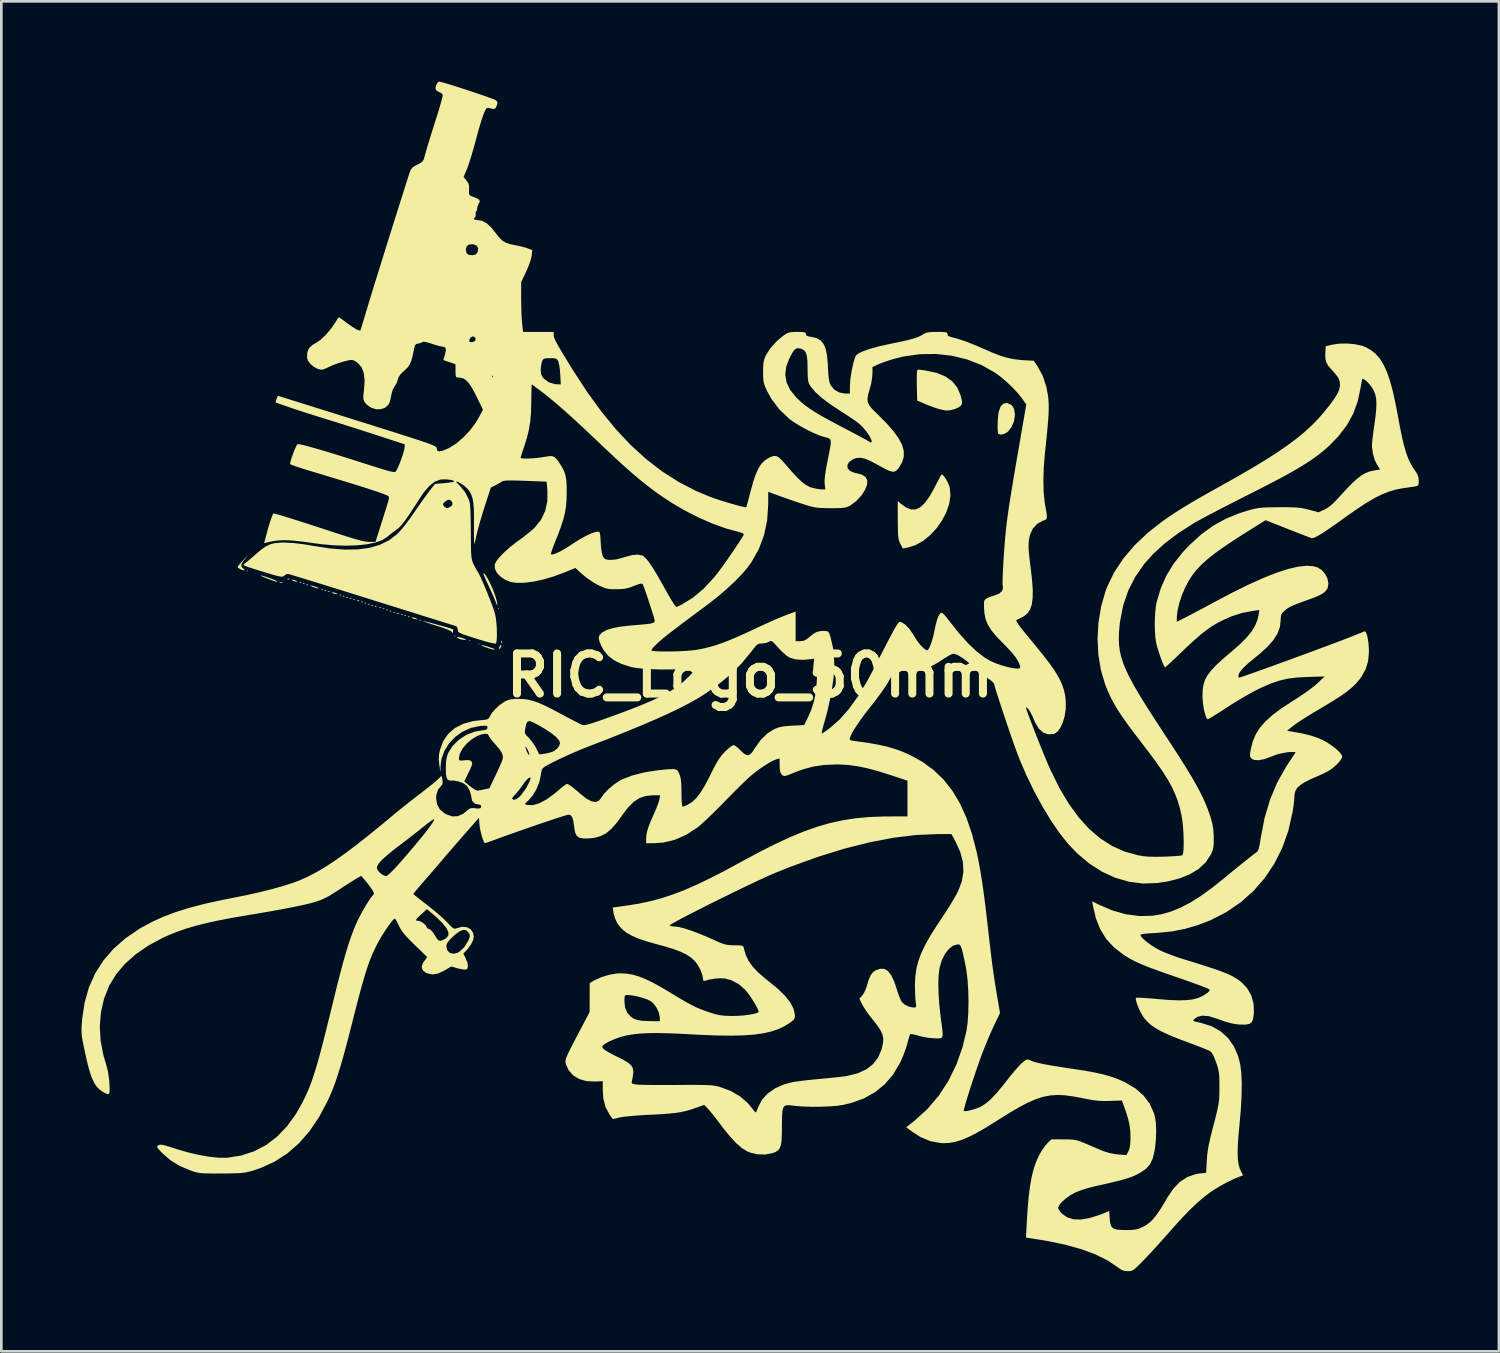
<source format=kicad_pcb>
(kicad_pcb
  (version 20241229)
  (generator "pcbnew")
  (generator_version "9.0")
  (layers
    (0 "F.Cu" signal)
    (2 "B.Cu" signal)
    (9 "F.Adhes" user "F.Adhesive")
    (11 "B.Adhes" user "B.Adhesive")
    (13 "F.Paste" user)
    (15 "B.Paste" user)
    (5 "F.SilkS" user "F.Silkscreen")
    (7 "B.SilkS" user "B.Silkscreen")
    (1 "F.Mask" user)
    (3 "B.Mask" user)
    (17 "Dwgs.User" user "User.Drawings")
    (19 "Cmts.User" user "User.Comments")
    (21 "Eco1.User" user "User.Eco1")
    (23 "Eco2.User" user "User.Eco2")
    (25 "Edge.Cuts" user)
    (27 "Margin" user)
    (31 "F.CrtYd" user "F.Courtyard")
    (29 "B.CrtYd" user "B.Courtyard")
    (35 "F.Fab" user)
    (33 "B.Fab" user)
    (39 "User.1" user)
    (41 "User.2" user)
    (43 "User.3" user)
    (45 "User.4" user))
  (footprint "RIC_Logo_50mm"
    (layer "F.Cu")
    (at 25.003 22.215)
    (property "Reference" "RIC_Logo_50mm" (at 0 0 0) (layer "F.SilkS") (effects (font (size 1.5 1.5) (thickness 0.3))))
    (attr board_only exclude_from_pos_files exclude_from_bom)
    (fp_poly (pts (xy -18.783 -3.906) (xy -18.805 -3.885) (xy -18.826 -3.906) (xy -18.805 -3.927)) (stroke (width 0) (type solid)) (fill yes) (layer "F.SilkS"))
    (fp_poly (pts (xy -11.014 -1.473) (xy -11.035 -1.451) (xy -11.056 -1.473) (xy -11.035 -1.494)) (stroke (width 0) (type solid)) (fill yes) (layer "F.SilkS"))
    (fp_poly (pts (xy -10.459 -1.302) (xy -10.48 -1.281) (xy -10.502 -1.302) (xy -10.48 -1.323)) (stroke (width 0) (type solid)) (fill yes) (layer "F.SilkS"))
    (fp_poly (pts (xy -10.117 -1.174) (xy -10.139 -1.153) (xy -10.16 -1.174) (xy -10.139 -1.195)) (stroke (width 0) (type solid)) (fill yes) (layer "F.SilkS"))
    (fp_poly (pts (xy -9.392 -2.497) (xy -9.413 -2.476) (xy -9.434 -2.497) (xy -9.413 -2.519)) (stroke (width 0) (type solid)) (fill yes) (layer "F.SilkS"))
    (fp_poly (pts (xy -17.492 -3.486) (xy -17.486 -3.471) (xy -17.545 -3.465) (xy -17.606 -3.471) (xy -17.599 -3.486) (xy -17.511 -3.492)) (stroke (width 0) (type solid)) (fill yes) (layer "F.SilkS"))
    (fp_poly (pts (xy -17.215 -3.612) (xy -17.228 -3.592) (xy -17.271 -3.589) (xy -17.317 -3.6) (xy -17.297 -3.615) (xy -17.23 -3.62)) (stroke (width 0) (type solid)) (fill yes) (layer "F.SilkS"))
    (fp_poly (pts (xy -16.791 -3.486) (xy -16.797 -3.461) (xy -16.819 -3.458) (xy -16.855 -3.473) (xy -16.848 -3.486) (xy -16.797 -3.491)) (stroke (width 0) (type solid)) (fill yes) (layer "F.SilkS"))
    (fp_poly (pts (xy -16.663 -3.444) (xy -16.669 -3.418) (xy -16.691 -3.415) (xy -16.727 -3.431) (xy -16.72 -3.444) (xy -16.669 -3.449)) (stroke (width 0) (type solid)) (fill yes) (layer "F.SilkS"))
    (fp_poly (pts (xy -16.535 -3.401) (xy -16.541 -3.376) (xy -16.563 -3.372) (xy -16.598 -3.388) (xy -16.592 -3.401) (xy -16.541 -3.406)) (stroke (width 0) (type solid)) (fill yes) (layer "F.SilkS"))
    (fp_poly (pts (xy -15.98 -3.23) (xy -15.986 -3.205) (xy -16.008 -3.202) (xy -16.044 -3.217) (xy -16.037 -3.23) (xy -15.986 -3.235)) (stroke (width 0) (type solid)) (fill yes) (layer "F.SilkS"))
    (fp_poly (pts (xy -15.852 -3.187) (xy -15.858 -3.162) (xy -15.88 -3.159) (xy -15.915 -3.175) (xy -15.909 -3.187) (xy -15.858 -3.193)) (stroke (width 0) (type solid)) (fill yes) (layer "F.SilkS"))
    (fp_poly (pts (xy -15.724 -3.145) (xy -15.73 -3.119) (xy -15.752 -3.116) (xy -15.787 -3.132) (xy -15.781 -3.145) (xy -15.73 -3.15)) (stroke (width 0) (type solid)) (fill yes) (layer "F.SilkS"))
    (fp_poly (pts (xy -15.297 -3.017) (xy -15.303 -2.991) (xy -15.325 -2.988) (xy -15.361 -3.004) (xy -15.354 -3.017) (xy -15.303 -3.022)) (stroke (width 0) (type solid)) (fill yes) (layer "F.SilkS"))
    (fp_poly (pts (xy -15.169 -2.974) (xy -15.175 -2.949) (xy -15.197 -2.946) (xy -15.232 -2.961) (xy -15.226 -2.974) (xy -15.175 -2.979)) (stroke (width 0) (type solid)) (fill yes) (layer "F.SilkS"))
    (fp_poly (pts (xy -15.041 -2.931) (xy -15.047 -2.906) (xy -15.069 -2.903) (xy -15.104 -2.918) (xy -15.098 -2.931) (xy -15.047 -2.936)) (stroke (width 0) (type solid)) (fill yes) (layer "F.SilkS"))
    (fp_poly (pts (xy -14.913 -2.889) (xy -14.919 -2.863) (xy -14.941 -2.86) (xy -14.976 -2.876) (xy -14.97 -2.889) (xy -14.919 -2.894)) (stroke (width 0) (type solid)) (fill yes) (layer "F.SilkS"))
    (fp_poly (pts (xy -14.785 -2.846) (xy -14.791 -2.821) (xy -14.813 -2.817) (xy -14.848 -2.833) (xy -14.842 -2.846) (xy -14.791 -2.851)) (stroke (width 0) (type solid)) (fill yes) (layer "F.SilkS"))
    (fp_poly (pts (xy -14.611 -2.801) (xy -14.624 -2.781) (xy -14.667 -2.778) (xy -14.713 -2.789) (xy -14.693 -2.804) (xy -14.626 -2.809)) (stroke (width 0) (type solid)) (fill yes) (layer "F.SilkS"))
    (fp_poly (pts (xy -14.486 -2.761) (xy -14.492 -2.735) (xy -14.514 -2.732) (xy -14.549 -2.748) (xy -14.543 -2.761) (xy -14.492 -2.766)) (stroke (width 0) (type solid)) (fill yes) (layer "F.SilkS"))
    (fp_poly (pts (xy -14.358 -2.718) (xy -14.364 -2.692) (xy -14.386 -2.689) (xy -14.421 -2.705) (xy -14.415 -2.718) (xy -14.364 -2.723)) (stroke (width 0) (type solid)) (fill yes) (layer "F.SilkS"))
    (fp_poly (pts (xy -14.23 -2.675) (xy -14.236 -2.65) (xy -14.258 -2.647) (xy -14.293 -2.662) (xy -14.287 -2.675) (xy -14.236 -2.68)) (stroke (width 0) (type solid)) (fill yes) (layer "F.SilkS"))
    (fp_poly (pts (xy -14.102 -2.632) (xy -14.107 -2.607) (xy -14.13 -2.604) (xy -14.165 -2.62) (xy -14.159 -2.632) (xy -14.108 -2.638)) (stroke (width 0) (type solid)) (fill yes) (layer "F.SilkS"))
    (fp_poly (pts (xy -13.974 -2.59) (xy -13.979 -2.564) (xy -14.002 -2.561) (xy -14.037 -2.577) (xy -14.03 -2.59) (xy -13.98 -2.595)) (stroke (width 0) (type solid)) (fill yes) (layer "F.SilkS"))
    (fp_poly (pts (xy -13.803 -2.547) (xy -13.809 -2.522) (xy -13.831 -2.519) (xy -13.866 -2.534) (xy -13.86 -2.547) (xy -13.809 -2.552)) (stroke (width 0) (type solid)) (fill yes) (layer "F.SilkS"))
    (fp_poly (pts (xy -13.675 -2.504) (xy -13.681 -2.479) (xy -13.703 -2.476) (xy -13.738 -2.492) (xy -13.732 -2.504) (xy -13.681 -2.51)) (stroke (width 0) (type solid)) (fill yes) (layer "F.SilkS"))
    (fp_poly (pts (xy -13.547 -2.462) (xy -13.553 -2.436) (xy -13.575 -2.433) (xy -13.61 -2.449) (xy -13.604 -2.462) (xy -13.553 -2.467)) (stroke (width 0) (type solid)) (fill yes) (layer "F.SilkS"))
    (fp_poly (pts (xy -13.419 -2.419) (xy -13.424 -2.394) (xy -13.447 -2.391) (xy -13.482 -2.406) (xy -13.476 -2.419) (xy -13.425 -2.424)) (stroke (width 0) (type solid)) (fill yes) (layer "F.SilkS"))
    (fp_poly (pts (xy -13.291 -2.376) (xy -13.296 -2.351) (xy -13.319 -2.348) (xy -13.354 -2.364) (xy -13.347 -2.376) (xy -13.297 -2.381)) (stroke (width 0) (type solid)) (fill yes) (layer "F.SilkS"))
    (fp_poly (pts (xy -13.117 -2.331) (xy -13.13 -2.312) (xy -13.173 -2.309) (xy -13.219 -2.319) (xy -13.199 -2.334) (xy -13.132 -2.339)) (stroke (width 0) (type solid)) (fill yes) (layer "F.SilkS"))
    (fp_poly (pts (xy -12.992 -2.291) (xy -12.998 -2.266) (xy -13.02 -2.263) (xy -13.055 -2.278) (xy -13.049 -2.291) (xy -12.998 -2.296)) (stroke (width 0) (type solid)) (fill yes) (layer "F.SilkS"))
    (fp_poly (pts (xy -12.864 -2.248) (xy -12.87 -2.223) (xy -12.892 -2.22) (xy -12.927 -2.235) (xy -12.921 -2.248) (xy -12.87 -2.253)) (stroke (width 0) (type solid)) (fill yes) (layer "F.SilkS"))
    (fp_poly (pts (xy -12.736 -2.206) (xy -12.741 -2.18) (xy -12.764 -2.177) (xy -12.799 -2.193) (xy -12.792 -2.206) (xy -12.742 -2.211)) (stroke (width 0) (type solid)) (fill yes) (layer "F.SilkS"))
    (fp_poly (pts (xy -12.309 -2.078) (xy -12.315 -2.052) (xy -12.337 -2.049) (xy -12.372 -2.065) (xy -12.366 -2.078) (xy -12.315 -2.083)) (stroke (width 0) (type solid)) (fill yes) (layer "F.SilkS"))
    (fp_poly (pts (xy -9.277 -1.289) (xy -9.272 -1.222) (xy -9.28 -1.207) (xy -9.3 -1.22) (xy -9.303 -1.263) (xy -9.292 -1.308)) (stroke (width 0) (type solid)) (fill yes) (layer "F.SilkS"))
    (fp_poly (pts (xy -17.027 -3.564) (xy -16.969 -3.543) (xy -16.922 -3.515) (xy -16.948 -3.507) (xy -17.039 -3.523) (xy -17.097 -3.543) (xy -17.144 -3.571) (xy -17.118 -3.58)) (stroke (width 0) (type solid)) (fill yes) (layer "F.SilkS"))
    (fp_poly (pts (xy -15.533 -3.094) (xy -15.475 -3.074) (xy -15.428 -3.045) (xy -15.453 -3.037) (xy -15.545 -3.053) (xy -15.603 -3.074) (xy -15.649 -3.102) (xy -15.624 -3.11)) (stroke (width 0) (type solid)) (fill yes) (layer "F.SilkS"))
    (fp_poly (pts (xy -12.545 -2.155) (xy -12.487 -2.134) (xy -12.44 -2.106) (xy -12.465 -2.098) (xy -12.557 -2.114) (xy -12.615 -2.134) (xy -12.661 -2.163) (xy -12.636 -2.171)) (stroke (width 0) (type solid)) (fill yes) (layer "F.SilkS"))
    (fp_poly (pts (xy -9.307 -1.111) (xy -9.307 -1.102) (xy -9.329 -1.025) (xy -9.349 -1.003) (xy -9.388 -1) (xy -9.391 -1.011) (xy -9.369 -1.074) (xy -9.349 -1.11) (xy -9.316 -1.15)) (stroke (width 0) (type solid)) (fill yes) (layer "F.SilkS"))
    (fp_poly (pts (xy -10.808 -1.415) (xy -10.734 -1.391) (xy -10.639 -1.353) (xy -10.62 -1.334) (xy -10.672 -1.329) (xy -10.672 -1.329) (xy -10.797 -1.346) (xy -10.886 -1.374) (xy -10.955 -1.411) (xy -10.955 -1.432) (xy -10.901 -1.434)) (stroke (width 0) (type solid)) (fill yes) (layer "F.SilkS"))
    (fp_poly (pts (xy -16.354 -3.351) (xy -16.24 -3.315) (xy -16.222 -3.308) (xy -16.143 -3.273) (xy -16.126 -3.252) (xy -16.136 -3.251) (xy -16.217 -3.266) (xy -16.332 -3.302) (xy -16.35 -3.308) (xy -16.429 -3.344) (xy -16.446 -3.364) (xy -16.435 -3.366)) (stroke (width 0) (type solid)) (fill yes) (layer "F.SilkS"))
    (fp_poly (pts (xy -9.95 -1.117) (xy -9.816 -1.079) (xy -9.669 -1.032) (xy -9.588 -1.003) (xy -9.559 -0.984) (xy -9.564 -0.968) (xy -9.566 -0.966) (xy -9.612 -0.971) (xy -9.715 -0.998) (xy -9.832 -1.035) (xy -9.984 -1.091) (xy -10.053 -1.125) (xy -10.042 -1.135)) (stroke (width 0) (type solid)) (fill yes) (layer "F.SilkS"))
    (fp_poly (pts (xy -18.256 -3.735) (xy -18.157 -3.706) (xy -18.027 -3.663) (xy -17.89 -3.613) (xy -17.771 -3.566) (xy -17.694 -3.53) (xy -17.679 -3.521) (xy -17.686 -3.504) (xy -17.747 -3.514) (xy -17.801 -3.531) (xy -17.876 -3.559) (xy -17.998 -3.604) (xy -18.092 -3.639) (xy -18.212 -3.687) (xy -18.286 -3.725) (xy -18.301 -3.741)) (stroke (width 0) (type solid)) (fill yes) (layer "F.SilkS"))
    (fp_poly (pts (xy -18.781 -4.478) (xy -18.837 -4.414) (xy -18.959 -4.268) (xy -19.022 -4.163) (xy -19.027 -4.085) (xy -18.979 -4.02) (xy -18.944 -3.994) (xy -18.896 -3.947) (xy -18.914 -3.93) (xy -18.985 -3.944) (xy -19.071 -3.979) (xy -19.144 -4.026) (xy -19.167 -4.057) (xy -19.14 -4.1) (xy -19.065 -4.187) (xy -18.958 -4.305) (xy -18.901 -4.364) (xy -18.806 -4.46) (xy -18.766 -4.498)) (stroke (width 0) (type solid)) (fill yes) (layer "F.SilkS"))
    (fp_poly (pts (xy -9.944 -3.818) (xy -9.871 -3.726) (xy -9.783 -3.573) (xy -9.689 -3.382) (xy -9.599 -3.174) (xy -9.525 -2.97) (xy -9.5 -2.888) (xy -9.462 -2.739) (xy -9.446 -2.649) (xy -9.452 -2.623) (xy -9.479 -2.668) (xy -9.517 -2.765) (xy -9.557 -2.866) (xy -9.624 -3.022) (xy -9.71 -3.212) (xy -9.803 -3.411) (xy -9.898 -3.619) (xy -9.954 -3.755) (xy -9.971 -3.822) (xy -9.952 -3.825)) (stroke (width 0) (type solid)) (fill yes) (layer "F.SilkS"))
    (fp_poly (pts (xy -12.193 -2.03) (xy -12.087 -2.004) (xy -11.936 -1.965) (xy -11.758 -1.917) (xy -11.571 -1.865) (xy -11.394 -1.815) (xy -11.245 -1.771) (xy -11.143 -1.739) (xy -11.106 -1.724) (xy -11.101 -1.68) (xy -11.107 -1.636) (xy -11.124 -1.585) (xy -11.146 -1.615) (xy -11.149 -1.625) (xy -11.202 -1.666) (xy -11.328 -1.724) (xy -11.519 -1.794) (xy -11.713 -1.856) (xy -11.911 -1.918) (xy -12.073 -1.972) (xy -12.186 -2.012) (xy -12.235 -2.035) (xy -12.236 -2.037)) (stroke (width 0) (type solid)) (fill yes) (layer "F.SilkS"))
    (fp_poly (pts (xy 9.646 -10.182) (xy 9.789 -10.112) (xy 9.876 -9.977) (xy 9.91 -9.776) (xy 9.91 -9.737) (xy 9.875 -9.503) (xy 9.782 -9.286) (xy 9.645 -9.116) (xy 9.622 -9.097) (xy 9.503 -9.031) (xy 9.385 -9.007) (xy 9.298 -9.031) (xy 9.292 -9.036) (xy 9.274 -9.096) (xy 9.265 -9.219) (xy 9.264 -9.379) (xy 9.271 -9.555) (xy 9.285 -9.722) (xy 9.305 -9.857) (xy 9.311 -9.882) (xy 9.377 -10.062) (xy 9.469 -10.162) (xy 9.592 -10.189)) (stroke (width 0) (type solid)) (fill yes) (layer "F.SilkS"))
    (fp_poly (pts (xy 6.353 -11.434) (xy 6.478 -11.418) (xy 6.617 -11.397) (xy 7.004 -11.31) (xy 7.319 -11.178) (xy 7.568 -10.999) (xy 7.752 -10.77) (xy 7.875 -10.488) (xy 7.903 -10.383) (xy 7.93 -10.248) (xy 7.931 -10.165) (xy 7.902 -10.105) (xy 7.881 -10.08) (xy 7.79 -10.018) (xy 7.649 -9.961) (xy 7.493 -9.92) (xy 7.356 -9.907) (xy 7.356 -9.907) (xy 7.271 -9.919) (xy 7.141 -9.948) (xy 7.065 -9.968) (xy 6.914 -10.015) (xy 6.727 -10.083) (xy 6.553 -10.153) (xy 6.254 -10.281) (xy 6.242 -10.861) (xy 6.239 -11.105) (xy 6.242 -11.274) (xy 6.251 -11.379) (xy 6.268 -11.43) (xy 6.285 -11.44)) (stroke (width 0) (type solid)) (fill yes) (layer "F.SilkS"))
    (fp_poly (pts (xy 7.202 -7.506) (xy 7.265 -7.44) (xy 7.337 -7.334) (xy 7.405 -7.208) (xy 7.458 -7.079) (xy 7.475 -7.018) (xy 7.499 -6.727) (xy 7.452 -6.417) (xy 7.344 -6.101) (xy 7.182 -5.792) (xy 6.977 -5.502) (xy 6.736 -5.243) (xy 6.469 -5.028) (xy 6.184 -4.87) (xy 5.91 -4.785) (xy 5.717 -4.749) (xy 5.625 -4.925) (xy 5.59 -4.998) (xy 5.565 -5.076) (xy 5.549 -5.173) (xy 5.538 -5.305) (xy 5.533 -5.487) (xy 5.531 -5.736) (xy 5.53 -5.811) (xy 5.528 -6.521) (xy 5.656 -6.413) (xy 5.852 -6.275) (xy 6.033 -6.207) (xy 6.204 -6.212) (xy 6.371 -6.291) (xy 6.538 -6.447) (xy 6.709 -6.682) (xy 6.889 -6.998) (xy 6.912 -7.044) (xy 7.003 -7.221) (xy 7.081 -7.369) (xy 7.136 -7.472) (xy 7.16 -7.513)) (stroke (width 0) (type solid)) (fill yes) (layer "F.SilkS"))
    (fp_poly (pts (xy -11.63 -22.214) (xy -11.544 -22.195) (xy -11.396 -22.154) (xy -11.2 -22.095) (xy -10.969 -22.022) (xy -10.717 -21.941) (xy -10.457 -21.856) (xy -10.203 -21.771) (xy -9.969 -21.691) (xy -9.769 -21.62) (xy -9.615 -21.563) (xy -9.523 -21.524) (xy -9.503 -21.513) (xy -9.451 -21.45) (xy -9.448 -21.382) (xy -9.477 -21.302) (xy -9.525 -21.212) (xy -9.581 -21.186) (xy -9.643 -21.197) (xy -9.751 -21.222) (xy -9.817 -21.232) (xy -9.861 -21.206) (xy -9.913 -21.118) (xy -9.977 -20.964) (xy -10.052 -20.74) (xy -10.141 -20.441) (xy -10.244 -20.064) (xy -10.273 -19.957) (xy -10.345 -19.694) (xy -10.421 -19.436) (xy -10.493 -19.204) (xy -10.556 -19.02) (xy -10.588 -18.937) (xy -10.712 -18.643) (xy -10.604 -18.514) (xy -10.536 -18.414) (xy -10.507 -18.307) (xy -10.507 -18.172) (xy -10.511 -18.044) (xy -10.494 -17.974) (xy -10.441 -17.934) (xy -10.354 -17.901) (xy -10.201 -17.84) (xy -10.121 -17.785) (xy -10.107 -17.724) (xy -10.139 -17.659) (xy -10.189 -17.551) (xy -10.203 -17.474) (xy -10.218 -17.389) (xy -10.241 -17.356) (xy -10.264 -17.3) (xy -10.259 -17.251) (xy -10.262 -17.172) (xy -10.284 -17.142) (xy -10.331 -17.09) (xy -10.301 -17.05) (xy -10.203 -17.033) (xy -10.198 -17.033) (xy -10.023 -17.006) (xy -9.856 -16.919) (xy -9.687 -16.766) (xy -9.535 -16.578) (xy -9.391 -16.394) (xy -9.266 -16.269) (xy -9.136 -16.188) (xy -8.976 -16.133) (xy -8.792 -16.096) (xy -8.611 -16.059) (xy -8.432 -16.013) (xy -8.33 -15.98) (xy -8.144 -15.912) (xy -8.163 -15.713) (xy -8.191 -15.583) (xy -8.248 -15.405) (xy -8.327 -15.206) (xy -8.371 -15.11) (xy -8.559 -14.706) (xy -8.559 -14.109) (xy -8.556 -13.855) (xy -8.549 -13.598) (xy -8.538 -13.367) (xy -8.525 -13.19) (xy -8.524 -13.18) (xy -8.488 -12.849) (xy -7.915 -12.849) (xy -7.343 -12.849) (xy -7.343 -12.737) (xy -7.337 -12.683) (xy -7.316 -12.614) (xy -7.275 -12.522) (xy -7.211 -12.399) (xy -7.119 -12.236) (xy -6.994 -12.025) (xy -6.831 -11.759) (xy -6.63 -11.433) (xy -6.093 -10.608) (xy -5.554 -9.866) (xy -5.008 -9.201) (xy -4.451 -8.61) (xy -3.879 -8.089) (xy -3.288 -7.634) (xy -2.675 -7.242) (xy -2.034 -6.909) (xy -1.48 -6.676) (xy -1.321 -6.619) (xy -1.128 -6.555) (xy -0.917 -6.489) (xy -0.703 -6.426) (xy -0.503 -6.37) (xy -0.332 -6.325) (xy -0.208 -6.297) (xy -0.145 -6.289) (xy -0.141 -6.291) (xy -0.126 -6.335) (xy -0.094 -6.446) (xy -0.049 -6.611) (xy 0.004 -6.812) (xy 0.026 -6.897) (xy 0.125 -7.254) (xy 0.222 -7.537) (xy 0.323 -7.757) (xy 0.433 -7.923) (xy 0.56 -8.048) (xy 0.71 -8.142) (xy 0.783 -8.175) (xy 0.886 -8.209) (xy 0.974 -8.209) (xy 1.062 -8.168) (xy 1.167 -8.077) (xy 1.302 -7.927) (xy 1.351 -7.869) (xy 1.586 -7.598) (xy 1.781 -7.39) (xy 1.946 -7.235) (xy 2.091 -7.126) (xy 2.224 -7.055) (xy 2.302 -7.027) (xy 2.461 -6.988) (xy 2.611 -6.963) (xy 2.677 -6.958) (xy 2.82 -6.958) (xy 2.795 -7.161) (xy 2.791 -7.297) (xy 2.809 -7.487) (xy 2.848 -7.742) (xy 2.9 -8.012) (xy 2.957 -8.296) (xy 2.998 -8.509) (xy 3.02 -8.66) (xy 3.022 -8.762) (xy 3.004 -8.827) (xy 2.964 -8.865) (xy 2.9 -8.889) (xy 2.813 -8.91) (xy 2.807 -8.911) (xy 2.609 -8.973) (xy 2.368 -9.075) (xy 2.106 -9.203) (xy 1.848 -9.346) (xy 1.617 -9.49) (xy 1.464 -9.603) (xy 1.097 -9.954) (xy 0.8 -10.348) (xy 0.645 -10.63) (xy 0.571 -10.789) (xy 0.526 -10.914) (xy 0.502 -11.038) (xy 0.492 -11.19) (xy 0.492 -11.251) (xy 1.32 -11.251) (xy 1.368 -10.965) (xy 1.5 -10.687) (xy 1.716 -10.414) (xy 1.771 -10.358) (xy 1.909 -10.229) (xy 2.056 -10.108) (xy 2.224 -9.986) (xy 2.422 -9.857) (xy 2.661 -9.715) (xy 2.952 -9.553) (xy 3.305 -9.365) (xy 3.502 -9.262) (xy 3.759 -9.127) (xy 3.992 -9.004) (xy 4.189 -8.898) (xy 4.34 -8.816) (xy 4.434 -8.763) (xy 4.459 -8.746) (xy 4.526 -8.709) (xy 4.553 -8.744) (xy 4.543 -8.805) (xy 4.474 -8.951) (xy 4.356 -9.124) (xy 4.21 -9.295) (xy 4.088 -9.412) (xy 3.984 -9.492) (xy 3.826 -9.604) (xy 3.634 -9.732) (xy 3.428 -9.864) (xy 3.377 -9.896) (xy 3.005 -10.141) (xy 2.694 -10.376) (xy 2.451 -10.595) (xy 2.281 -10.794) (xy 2.253 -10.836) (xy 2.21 -10.913) (xy 2.182 -10.995) (xy 2.166 -11.101) (xy 2.158 -11.25) (xy 2.155 -11.464) (xy 2.155 -11.486) (xy 2.149 -11.752) (xy 2.129 -11.946) (xy 2.089 -12.079) (xy 2.025 -12.165) (xy 1.933 -12.215) (xy 1.878 -12.23) (xy 1.786 -12.241) (xy 1.712 -12.219) (xy 1.642 -12.152) (xy 1.563 -12.03) (xy 1.473 -11.857) (xy 1.355 -11.547) (xy 1.32 -11.251) (xy 0.492 -11.251) (xy 0.491 -11.355) (xy 0.494 -11.563) (xy 0.508 -11.713) (xy 0.536 -11.832) (xy 0.583 -11.948) (xy 0.596 -11.974) (xy 0.765 -12.241) (xy 1 -12.501) (xy 1.239 -12.701) (xy 1.35 -12.778) (xy 1.443 -12.822) (xy 1.549 -12.843) (xy 1.698 -12.849) (xy 1.767 -12.849) (xy 1.932 -12.847) (xy 2.03 -12.838) (xy 2.078 -12.817) (xy 2.091 -12.78) (xy 2.092 -12.77) (xy 2.11 -12.718) (xy 2.176 -12.685) (xy 2.303 -12.662) (xy 2.492 -12.617) (xy 2.64 -12.534) (xy 2.751 -12.404) (xy 2.831 -12.218) (xy 2.883 -11.968) (xy 2.912 -11.645) (xy 2.917 -11.536) (xy 2.93 -11.285) (xy 2.949 -11.101) (xy 2.975 -10.968) (xy 3.013 -10.869) (xy 3.018 -10.857) (xy 3.148 -10.696) (xy 3.331 -10.587) (xy 3.547 -10.544) (xy 3.564 -10.544) (xy 3.736 -10.544) (xy 3.741 -10.876) (xy 3.752 -11.049) (xy 3.78 -11.253) (xy 3.819 -11.468) (xy 3.864 -11.67) (xy 3.912 -11.839) (xy 3.957 -11.953) (xy 3.974 -11.978) (xy 4.073 -12.053) (xy 4.248 -12.133) (xy 4.489 -12.217) (xy 4.786 -12.3) (xy 5.131 -12.379) (xy 5.272 -12.408) (xy 5.62 -12.479) (xy 5.896 -12.541) (xy 6.111 -12.599) (xy 6.277 -12.656) (xy 6.406 -12.716) (xy 6.495 -12.77) (xy 6.572 -12.811) (xy 6.676 -12.835) (xy 6.826 -12.847) (xy 6.997 -12.849) (xy 7.181 -12.848) (xy 7.296 -12.841) (xy 7.357 -12.826) (xy 7.382 -12.798) (xy 7.385 -12.767) (xy 7.416 -12.699) (xy 7.516 -12.659) (xy 7.524 -12.658) (xy 7.785 -12.59) (xy 8.107 -12.48) (xy 8.476 -12.332) (xy 8.718 -12.226) (xy 9.061 -12.077) (xy 9.349 -11.966) (xy 9.602 -11.887) (xy 9.84 -11.835) (xy 10.081 -11.804) (xy 10.206 -11.794) (xy 10.616 -11.771) (xy 10.753 -11.569) (xy 10.95 -11.21) (xy 11.086 -10.799) (xy 11.148 -10.467) (xy 11.164 -10.322) (xy 11.173 -10.173) (xy 11.176 -10.007) (xy 11.17 -9.814) (xy 11.157 -9.584) (xy 11.134 -9.306) (xy 11.102 -8.97) (xy 11.06 -8.566) (xy 11.035 -8.324) (xy 10.991 -7.805) (xy 10.975 -7.314) (xy 10.985 -6.867) (xy 11.023 -6.481) (xy 11.04 -6.377) (xy 11.08 -6.158) (xy 11.103 -6.009) (xy 11.107 -5.913) (xy 11.09 -5.855) (xy 11.049 -5.821) (xy 10.982 -5.794) (xy 10.95 -5.783) (xy 10.742 -5.668) (xy 10.579 -5.489) (xy 10.476 -5.263) (xy 10.464 -5.212) (xy 10.439 -5.083) (xy 10.424 -4.959) (xy 10.42 -4.825) (xy 10.427 -4.664) (xy 10.446 -4.462) (xy 10.477 -4.202) (xy 10.505 -3.984) (xy 10.554 -3.548) (xy 10.578 -3.187) (xy 10.574 -2.892) (xy 10.542 -2.656) (xy 10.48 -2.471) (xy 10.387 -2.329) (xy 10.262 -2.223) (xy 10.21 -2.193) (xy 10.093 -2.133) (xy 10.005 -2.091) (xy 9.983 -2.082) (xy 9.964 -2.066) (xy 9.969 -2.029) (xy 10.003 -1.966) (xy 10.069 -1.87) (xy 10.173 -1.733) (xy 10.32 -1.55) (xy 10.514 -1.314) (xy 10.665 -1.132) (xy 10.966 -0.762) (xy 11.212 -0.442) (xy 11.407 -0.162) (xy 11.557 0.089) (xy 11.668 0.321) (xy 11.744 0.543) (xy 11.791 0.765) (xy 11.815 0.985) (xy 11.812 1.25) (xy 11.774 1.509) (xy 11.707 1.746) (xy 11.616 1.948) (xy 11.508 2.099) (xy 11.388 2.183) (xy 11.357 2.192) (xy 11.145 2.2) (xy 10.962 2.134) (xy 10.805 1.99) (xy 10.669 1.767) (xy 10.61 1.628) (xy 10.549 1.487) (xy 10.481 1.36) (xy 10.416 1.261) (xy 10.364 1.203) (xy 10.334 1.202) (xy 10.331 1.223) (xy 10.346 1.282) (xy 10.389 1.407) (xy 10.456 1.587) (xy 10.54 1.809) (xy 10.637 2.06) (xy 10.743 2.33) (xy 10.852 2.604) (xy 10.96 2.871) (xy 11.062 3.119) (xy 11.153 3.336) (xy 11.229 3.508) (xy 11.239 3.53) (xy 11.572 4.204) (xy 11.924 4.796) (xy 12.295 5.308) (xy 12.688 5.741) (xy 13.104 6.097) (xy 13.545 6.379) (xy 14.013 6.588) (xy 14.51 6.726) (xy 14.512 6.726) (xy 14.704 6.759) (xy 14.903 6.778) (xy 15.134 6.785) (xy 15.42 6.781) (xy 15.497 6.779) (xy 15.722 6.769) (xy 15.919 6.758) (xy 16.069 6.745) (xy 16.158 6.733) (xy 16.172 6.728) (xy 16.198 6.669) (xy 16.215 6.542) (xy 16.223 6.363) (xy 16.223 6.149) (xy 16.215 5.914) (xy 16.2 5.677) (xy 16.177 5.454) (xy 16.147 5.26) (xy 16.141 5.229) (xy 16.076 4.946) (xy 15.996 4.68) (xy 15.898 4.422) (xy 15.776 4.161) (xy 15.622 3.886) (xy 15.433 3.588) (xy 15.202 3.256) (xy 14.924 2.879) (xy 14.664 2.54) (xy 14.366 2.151) (xy 14.117 1.816) (xy 13.911 1.523) (xy 13.74 1.262) (xy 13.599 1.021) (xy 13.479 0.791) (xy 13.375 0.56) (xy 13.29 0.346) (xy 13.128 -0.194) (xy 13.033 -0.773) (xy 13.002 -1.374) (xy 13.036 -1.98) (xy 13.135 -2.576) (xy 13.298 -3.146) (xy 13.362 -3.316) (xy 13.623 -3.855) (xy 13.966 -4.373) (xy 14.391 -4.872) (xy 14.896 -5.348) (xy 15.436 -5.77) (xy 15.674 -5.936) (xy 15.924 -6.102) (xy 16.198 -6.275) (xy 16.507 -6.462) (xy 16.863 -6.668) (xy 17.275 -6.902) (xy 17.609 -7.088) (xy 18.242 -7.443) (xy 18.803 -7.769) (xy 19.299 -8.07) (xy 19.735 -8.351) (xy 20.12 -8.616) (xy 20.459 -8.87) (xy 20.758 -9.117) (xy 21.025 -9.362) (xy 21.265 -9.611) (xy 21.434 -9.804) (xy 21.668 -10.092) (xy 21.844 -10.33) (xy 21.966 -10.525) (xy 22.04 -10.685) (xy 22.069 -10.817) (xy 22.07 -10.843) (xy 22.062 -10.975) (xy 22.028 -11.088) (xy 21.958 -11.204) (xy 21.841 -11.346) (xy 21.768 -11.425) (xy 21.636 -11.577) (xy 21.559 -11.706) (xy 21.524 -11.843) (xy 21.52 -12.019) (xy 21.523 -12.082) (xy 21.537 -12.314) (xy 21.771 -12.37) (xy 22.04 -12.41) (xy 22.335 -12.416) (xy 22.627 -12.39) (xy 22.887 -12.334) (xy 23.016 -12.286) (xy 23.22 -12.174) (xy 23.399 -12.032) (xy 23.557 -11.854) (xy 23.697 -11.633) (xy 23.823 -11.36) (xy 23.938 -11.03) (xy 24.045 -10.634) (xy 24.148 -10.165) (xy 24.227 -9.755) (xy 24.31 -9.31) (xy 24.386 -8.938) (xy 24.458 -8.63) (xy 24.53 -8.375) (xy 24.604 -8.161) (xy 24.685 -7.978) (xy 24.775 -7.816) (xy 24.869 -7.675) (xy 24.963 -7.526) (xy 25.007 -7.395) (xy 25.016 -7.28) (xy 25.011 -7.162) (xy 24.987 -7.103) (xy 24.925 -7.078) (xy 24.877 -7.07) (xy 24.765 -7.053) (xy 24.602 -7.029) (xy 24.426 -7.003) (xy 24.425 -7.003) (xy 24.163 -6.953) (xy 23.907 -6.878) (xy 23.644 -6.774) (xy 23.364 -6.635) (xy 23.056 -6.454) (xy 22.709 -6.227) (xy 22.312 -5.948) (xy 22.263 -5.912) (xy 21.912 -5.661) (xy 21.624 -5.462) (xy 21.395 -5.311) (xy 21.221 -5.208) (xy 21.098 -5.149) (xy 21.023 -5.133) (xy 21.012 -5.134) (xy 20.952 -5.156) (xy 20.825 -5.204) (xy 20.645 -5.273) (xy 20.424 -5.359) (xy 20.177 -5.456) (xy 20.113 -5.481) (xy 19.287 -5.807) (xy 18.572 -5.359) (xy 18.114 -5.067) (xy 17.724 -4.806) (xy 17.396 -4.571) (xy 17.121 -4.354) (xy 16.892 -4.148) (xy 16.702 -3.946) (xy 16.542 -3.743) (xy 16.406 -3.53) (xy 16.29 -3.313) (xy 16.161 -3.014) (xy 16.06 -2.707) (xy 15.992 -2.418) (xy 15.966 -2.171) (xy 15.966 -2.158) (xy 15.966 -2.005) (xy 16.271 -2.159) (xy 16.404 -2.227) (xy 16.594 -2.328) (xy 16.826 -2.45) (xy 17.08 -2.586) (xy 17.34 -2.727) (xy 17.37 -2.743) (xy 18.046 -3.099) (xy 18.658 -3.401) (xy 19.208 -3.648) (xy 19.697 -3.841) (xy 20.127 -3.981) (xy 20.499 -4.068) (xy 20.814 -4.103) (xy 21.074 -4.086) (xy 21.231 -4.04) (xy 21.392 -3.937) (xy 21.519 -3.788) (xy 21.604 -3.614) (xy 21.637 -3.436) (xy 21.61 -3.274) (xy 21.584 -3.224) (xy 21.521 -3.144) (xy 21.44 -3.075) (xy 21.325 -3.008) (xy 21.162 -2.936) (xy 20.937 -2.851) (xy 20.832 -2.814) (xy 20.565 -2.717) (xy 20.365 -2.639) (xy 20.216 -2.571) (xy 20.103 -2.507) (xy 20.012 -2.438) (xy 19.968 -2.399) (xy 19.898 -2.32) (xy 19.862 -2.233) (xy 19.851 -2.104) (xy 19.85 -2.052) (xy 19.822 -1.808) (xy 19.734 -1.568) (xy 19.582 -1.326) (xy 19.361 -1.074) (xy 19.067 -0.806) (xy 18.888 -0.662) (xy 18.629 -0.448) (xy 18.438 -0.266) (xy 18.318 -0.119) (xy 18.271 -0.009) (xy 18.271 0.001) (xy 18.278 0.07) (xy 18.288 0.085) (xy 18.341 0.071) (xy 18.464 0.03) (xy 18.648 -0.034) (xy 18.886 -0.118) (xy 19.167 -0.218) (xy 19.482 -0.332) (xy 19.823 -0.456) (xy 20.18 -0.586) (xy 20.544 -0.719) (xy 20.906 -0.852) (xy 21.256 -0.982) (xy 21.587 -1.105) (xy 21.888 -1.218) (xy 22.15 -1.317) (xy 22.365 -1.4) (xy 22.497 -1.452) (xy 22.681 -1.526) (xy 22.838 -1.588) (xy 22.949 -1.633) (xy 22.994 -1.651) (xy 23.034 -1.627) (xy 23.074 -1.534) (xy 23.108 -1.389) (xy 23.135 -1.208) (xy 23.15 -1.007) (xy 23.152 -0.875) (xy 23.122 -0.534) (xy 23.03 -0.233) (xy 22.869 0.055) (xy 22.78 0.174) (xy 22.654 0.319) (xy 22.503 0.463) (xy 22.317 0.613) (xy 22.086 0.776) (xy 21.801 0.959) (xy 21.453 1.17) (xy 21.309 1.254) (xy 21.065 1.399) (xy 20.828 1.544) (xy 20.615 1.68) (xy 20.444 1.795) (xy 20.34 1.871) (xy 20.089 2.07) (xy 20.3 2.105) (xy 20.668 2.172) (xy 20.971 2.246) (xy 21.228 2.332) (xy 21.41 2.411) (xy 21.605 2.518) (xy 21.791 2.643) (xy 21.953 2.773) (xy 22.076 2.897) (xy 22.145 3.001) (xy 22.156 3.043) (xy 22.125 3.121) (xy 22.042 3.233) (xy 21.931 3.35) (xy 21.788 3.474) (xy 21.629 3.58) (xy 21.428 3.682) (xy 21.272 3.751) (xy 20.972 3.883) (xy 20.743 3.998) (xy 20.578 4.105) (xy 20.467 4.21) (xy 20.4 4.324) (xy 20.369 4.453) (xy 20.363 4.563) (xy 20.355 4.677) (xy 20.336 4.846) (xy 20.308 5.041) (xy 20.294 5.126) (xy 20.139 5.808) (xy 19.912 6.446) (xy 19.617 7.036) (xy 19.258 7.575) (xy 18.835 8.061) (xy 18.354 8.489) (xy 17.815 8.856) (xy 17.222 9.16) (xy 16.751 9.341) (xy 16.267 9.481) (xy 15.784 9.575) (xy 15.264 9.628) (xy 15.123 9.636) (xy 14.898 9.65) (xy 14.729 9.667) (xy 14.627 9.687) (xy 14.6 9.704) (xy 14.634 9.773) (xy 14.728 9.871) (xy 14.865 9.985) (xy 15.028 10.103) (xy 15.203 10.213) (xy 15.346 10.288) (xy 15.531 10.369) (xy 15.765 10.46) (xy 16.015 10.549) (xy 16.201 10.609) (xy 16.644 10.745) (xy 17.015 10.862) (xy 17.322 10.962) (xy 17.573 11.05) (xy 17.778 11.129) (xy 17.947 11.202) (xy 18.087 11.273) (xy 18.208 11.346) (xy 18.318 11.424) (xy 18.371 11.465) (xy 18.595 11.694) (xy 18.752 11.971) (xy 18.839 12.285) (xy 18.851 12.625) (xy 18.847 12.668) (xy 18.818 12.855) (xy 18.769 12.972) (xy 18.681 13.035) (xy 18.54 13.06) (xy 18.428 13.062) (xy 18.217 13.05) (xy 17.999 13.012) (xy 17.751 12.941) (xy 17.452 12.834) (xy 17.448 12.833) (xy 17.159 12.745) (xy 16.922 12.725) (xy 16.736 12.772) (xy 16.674 12.812) (xy 16.602 12.877) (xy 16.577 12.918) (xy 16.578 12.921) (xy 16.627 12.939) (xy 16.735 12.967) (xy 16.874 12.998) (xy 17.262 13.119) (xy 17.597 13.306) (xy 17.877 13.556) (xy 18.099 13.868) (xy 18.26 14.237) (xy 18.337 14.537) (xy 18.378 14.855) (xy 18.395 15.25) (xy 18.389 15.718) (xy 18.359 16.256) (xy 18.31 16.813) (xy 18.27 17.243) (xy 18.247 17.598) (xy 18.241 17.888) (xy 18.252 18.122) (xy 18.28 18.31) (xy 18.326 18.46) (xy 18.353 18.522) (xy 18.445 18.701) (xy 18.315 18.747) (xy 18.108 18.831) (xy 17.861 18.951) (xy 17.603 19.091) (xy 17.363 19.235) (xy 17.225 19.327) (xy 16.983 19.51) (xy 16.738 19.72) (xy 16.478 19.967) (xy 16.194 20.259) (xy 15.876 20.607) (xy 15.697 20.81) (xy 15.488 21.047) (xy 15.268 21.291) (xy 15.054 21.526) (xy 14.862 21.732) (xy 14.711 21.889) (xy 14.551 22.051) (xy 14.436 22.161) (xy 14.351 22.229) (xy 14.282 22.266) (xy 14.214 22.281) (xy 14.133 22.283) (xy 14.131 22.283) (xy 13.996 22.271) (xy 13.879 22.224) (xy 13.746 22.13) (xy 13.38 21.884) (xy 12.934 21.662) (xy 12.411 21.467) (xy 11.812 21.299) (xy 11.14 21.158) (xy 10.829 21.106) (xy 10.324 21.028) (xy 10.351 20.514) (xy 10.385 19.972) (xy 10.425 19.506) (xy 10.476 19.106) (xy 10.537 18.762) (xy 10.611 18.465) (xy 10.699 18.204) (xy 10.804 17.97) (xy 10.821 17.937) (xy 10.918 17.77) (xy 11.027 17.613) (xy 11.124 17.499) (xy 11.125 17.498) (xy 11.275 17.353) (xy 11.731 17.354) (xy 11.941 17.356) (xy 12.096 17.366) (xy 12.224 17.389) (xy 12.356 17.431) (xy 12.522 17.498) (xy 12.572 17.519) (xy 12.774 17.605) (xy 12.981 17.693) (xy 13.157 17.768) (xy 13.206 17.789) (xy 13.44 17.864) (xy 13.702 17.911) (xy 13.768 17.918) (xy 14.079 17.941) (xy 14.157 17.797) (xy 14.199 17.691) (xy 14.223 17.552) (xy 14.233 17.36) (xy 14.234 17.268) (xy 14.226 17.034) (xy 14.198 16.816) (xy 14.146 16.586) (xy 14.064 16.321) (xy 13.999 16.136) (xy 13.914 15.9) (xy 13.456 15.916) (xy 13.229 15.919) (xy 13.029 15.91) (xy 12.825 15.886) (xy 12.586 15.843) (xy 12.444 15.813) (xy 12.096 15.747) (xy 11.785 15.705) (xy 11.5 15.692) (xy 11.229 15.711) (xy 10.961 15.763) (xy 10.684 15.854) (xy 10.385 15.984) (xy 10.055 16.159) (xy 9.679 16.38) (xy 9.264 16.64) (xy 8.856 16.895) (xy 8.504 17.099) (xy 8.198 17.256) (xy 7.929 17.37) (xy 7.686 17.446) (xy 7.46 17.487) (xy 7.241 17.497) (xy 7.135 17.492) (xy 6.746 17.42) (xy 6.374 17.265) (xy 6.104 17.093) (xy 5.845 16.903) (xy 6.156 16.655) (xy 6.641 16.215) (xy 7.064 15.717) (xy 7.425 15.162) (xy 7.722 14.555) (xy 7.953 13.899) (xy 8.097 13.298) (xy 8.141 12.988) (xy 8.166 12.619) (xy 8.175 12.217) (xy 8.166 11.804) (xy 8.141 11.407) (xy 8.098 11.051) (xy 8.078 10.928) (xy 8.035 10.712) (xy 7.991 10.505) (xy 7.952 10.336) (xy 7.927 10.245) (xy 7.887 10.128) (xy 7.844 10.073) (xy 7.779 10.061) (xy 7.752 10.062) (xy 7.589 10.114) (xy 7.432 10.239) (xy 7.291 10.424) (xy 7.176 10.656) (xy 7.096 10.923) (xy 7.087 10.966) (xy 7.057 11.214) (xy 7.046 11.529) (xy 7.054 11.892) (xy 7.08 12.289) (xy 7.124 12.701) (xy 7.129 12.743) (xy 7.167 13.029) (xy 7.194 13.241) (xy 7.207 13.391) (xy 7.203 13.488) (xy 7.181 13.544) (xy 7.136 13.57) (xy 7.067 13.577) (xy 6.97 13.576) (xy 6.926 13.575) (xy 6.684 13.557) (xy 6.423 13.509) (xy 6.328 13.483) (xy 6.177 13.442) (xy 6.059 13.418) (xy 5.997 13.414) (xy 5.994 13.416) (xy 5.973 13.466) (xy 5.938 13.577) (xy 5.897 13.729) (xy 5.886 13.774) (xy 5.827 13.968) (xy 5.742 14.198) (xy 5.646 14.424) (xy 5.609 14.5) (xy 5.356 14.926) (xy 5.046 15.289) (xy 4.68 15.588) (xy 4.257 15.824) (xy 3.776 15.996) (xy 3.46 16.069) (xy 3.237 16.1) (xy 2.955 16.121) (xy 2.639 16.133) (xy 2.313 16.135) (xy 2.003 16.126) (xy 1.735 16.107) (xy 1.622 16.094) (xy 1.476 16.075) (xy 1.368 16.077) (xy 1.292 16.108) (xy 1.242 16.18) (xy 1.213 16.302) (xy 1.2 16.484) (xy 1.196 16.738) (xy 1.195 16.871) (xy 1.192 17.171) (xy 1.181 17.398) (xy 1.157 17.564) (xy 1.116 17.682) (xy 1.053 17.764) (xy 0.964 17.822) (xy 0.846 17.868) (xy 0.57 17.921) (xy 0.273 17.912) (xy -0.009 17.843) (xy -0.1 17.805) (xy -0.297 17.683) (xy -0.509 17.5) (xy -0.743 17.251) (xy -1.003 16.929) (xy -1.085 16.819) (xy -1.225 16.634) (xy -1.362 16.46) (xy -1.48 16.315) (xy -1.563 16.219) (xy -1.565 16.218) (xy -1.712 16.065) (xy -2.047 16.183) (xy -2.234 16.246) (xy -2.412 16.296) (xy -2.594 16.335) (xy -2.797 16.366) (xy -3.036 16.391) (xy -3.326 16.412) (xy -3.683 16.431) (xy -3.76 16.434) (xy -4.043 16.45) (xy -4.313 16.469) (xy -4.554 16.491) (xy -4.747 16.513) (xy -4.873 16.534) (xy -4.88 16.536) (xy -5.129 16.596) (xy -5.254 16.423) (xy -5.4 16.154) (xy -5.484 15.83) (xy -5.507 15.499) (xy -5.507 15.176) (xy -5.782 15.19) (xy -6.106 15.175) (xy -6.385 15.098) (xy -6.613 14.961) (xy -6.782 14.769) (xy -6.878 14.558) (xy -6.892 14.508) (xy -6.901 14.461) (xy -6.901 14.411) (xy -6.887 14.347) (xy -6.857 14.262) (xy -6.807 14.148) (xy -6.732 13.995) (xy -6.671 13.875) (xy -5.525 13.875) (xy -5.516 13.923) (xy -5.475 13.973) (xy -5.407 14.025) (xy -5.28 14.101) (xy -5.114 14.19) (xy -4.969 14.261) (xy -4.724 14.384) (xy -4.551 14.49) (xy -4.439 14.592) (xy -4.38 14.699) (xy -4.363 14.821) (xy -4.368 14.898) (xy -4.388 15.038) (xy -4.412 15.156) (xy -4.419 15.182) (xy -4.427 15.238) (xy -4.396 15.271) (xy -4.306 15.292) (xy -4.241 15.302) (xy -4.146 15.309) (xy -3.979 15.314) (xy -3.751 15.318) (xy -3.476 15.321) (xy -3.167 15.321) (xy -2.835 15.32) (xy -2.732 15.319) (xy -2.353 15.316) (xy -2.048 15.316) (xy -1.807 15.318) (xy -1.618 15.323) (xy -1.47 15.331) (xy -1.353 15.343) (xy -1.255 15.36) (xy -1.166 15.381) (xy -1.153 15.384) (xy -0.734 15.536) (xy -0.372 15.744) (xy -0.074 16.004) (xy 0.055 16.161) (xy 0.135 16.264) (xy 0.194 16.332) (xy 0.214 16.348) (xy 0.239 16.313) (xy 0.281 16.22) (xy 0.31 16.143) (xy 0.449 15.874) (xy 0.662 15.64) (xy 0.938 15.446) (xy 1.272 15.298) (xy 1.558 15.22) (xy 1.702 15.196) (xy 1.909 15.167) (xy 2.159 15.138) (xy 2.43 15.11) (xy 2.625 15.092) (xy 2.894 15.067) (xy 3.152 15.041) (xy 3.379 15.016) (xy 3.557 14.994) (xy 3.646 14.98) (xy 4.036 14.88) (xy 4.357 14.732) (xy 4.611 14.533) (xy 4.8 14.282) (xy 4.926 13.978) (xy 4.934 13.948) (xy 4.976 13.757) (xy 4.987 13.595) (xy 4.961 13.444) (xy 4.891 13.287) (xy 4.774 13.107) (xy 4.602 12.886) (xy 4.569 12.846) (xy 4.439 12.678) (xy 4.317 12.503) (xy 4.224 12.353) (xy 4.201 12.31) (xy 4.093 12.091) (xy 4.197 11.979) (xy 4.264 11.877) (xy 4.332 11.728) (xy 4.375 11.601) (xy 4.445 11.375) (xy 4.514 11.217) (xy 4.59 11.112) (xy 4.683 11.042) (xy 4.694 11.036) (xy 4.87 10.972) (xy 5.024 10.976) (xy 5.158 11.053) (xy 5.279 11.206) (xy 5.389 11.437) (xy 5.468 11.666) (xy 5.53 11.857) (xy 5.592 12.027) (xy 5.644 12.153) (xy 5.669 12.202) (xy 5.779 12.307) (xy 5.936 12.386) (xy 6.104 12.422) (xy 6.124 12.423) (xy 6.187 12.417) (xy 6.214 12.387) (xy 6.213 12.31) (xy 6.2 12.22) (xy 6.187 12.088) (xy 6.177 11.902) (xy 6.172 11.69) (xy 6.171 11.569) (xy 6.185 11.264) (xy 6.225 10.975) (xy 6.296 10.69) (xy 6.404 10.396) (xy 6.552 10.084) (xy 6.746 9.739) (xy 6.991 9.35) (xy 7.163 9.093) (xy 7.321 8.853) (xy 7.476 8.609) (xy 7.615 8.379) (xy 7.726 8.184) (xy 7.784 8.073) (xy 7.924 7.705) (xy 7.984 7.341) (xy 7.964 6.973) (xy 7.863 6.596) (xy 7.693 6.222) (xy 7.538 5.934) (xy 7.024 5.934) (xy 6.223 5.968) (xy 5.372 6.071) (xy 4.475 6.242) (xy 3.532 6.48) (xy 2.545 6.785) (xy 1.516 7.157) (xy 0.939 7.388) (xy 0.758 7.466) (xy 0.528 7.569) (xy 0.258 7.694) (xy -0.042 7.837) (xy -0.366 7.992) (xy -0.704 8.156) (xy -1.047 8.325) (xy -1.388 8.494) (xy -1.718 8.66) (xy -2.029 8.817) (xy -2.311 8.962) (xy -2.556 9.09) (xy -2.757 9.198) (xy -2.904 9.281) (xy -2.989 9.334) (xy -3.007 9.353) (xy -2.953 9.377) (xy -2.847 9.391) (xy -2.804 9.392) (xy -2.655 9.411) (xy -2.443 9.466) (xy -2.18 9.553) (xy -1.88 9.666) (xy -1.556 9.801) (xy -1.366 9.886) (xy -1.163 9.977) (xy -1.013 10.037) (xy -0.888 10.071) (xy -0.766 10.088) (xy -0.621 10.094) (xy -0.585 10.094) (xy -0.418 10.097) (xy -0.317 10.105) (xy -0.264 10.127) (xy -0.239 10.166) (xy -0.23 10.203) (xy -0.16 10.449) (xy -0.054 10.673) (xy 0.098 10.888) (xy 0.305 11.107) (xy 0.577 11.343) (xy 0.702 11.441) (xy 1.047 11.726) (xy 1.314 11.988) (xy 1.507 12.231) (xy 1.627 12.46) (xy 1.679 12.678) (xy 1.682 12.716) (xy 1.675 12.806) (xy 1.637 12.876) (xy 1.551 12.952) (xy 1.483 13.001) (xy 1.273 13.13) (xy 1.041 13.237) (xy 0.78 13.323) (xy 0.482 13.389) (xy 0.14 13.436) (xy -0.252 13.464) (xy -0.703 13.474) (xy -1.219 13.468) (xy -1.808 13.446) (xy -2.177 13.427) (xy -2.687 13.4) (xy -3.123 13.384) (xy -3.495 13.377) (xy -3.813 13.381) (xy -4.09 13.395) (xy -4.334 13.42) (xy -4.557 13.455) (xy -4.629 13.469) (xy -4.843 13.525) (xy -5.062 13.602) (xy -5.263 13.69) (xy -5.418 13.776) (xy -5.474 13.819) (xy -5.525 13.875) (xy -6.671 13.875) (xy -6.631 13.796) (xy -6.498 13.541) (xy -6.331 13.223) (xy -6.251 13.072) (xy -5.998 12.59) (xy -5.997 12.19) (xy -4.696 12.19) (xy -4.671 12.427) (xy -4.592 12.614) (xy -4.476 12.748) (xy -4.36 12.832) (xy -4.219 12.887) (xy -4.035 12.918) (xy -3.789 12.931) (xy -3.746 12.931) (xy -3.372 12.935) (xy -3.372 12.799) (xy -3.407 12.612) (xy -3.498 12.419) (xy -3.627 12.253) (xy -3.712 12.184) (xy -3.846 12.118) (xy -4.034 12.054) (xy -4.245 12) (xy -4.447 11.964) (xy -4.578 11.954) (xy -4.645 11.958) (xy -4.68 11.986) (xy -4.694 12.059) (xy -4.696 12.19) (xy -5.997 12.19) (xy -5.996 12.048) (xy -5.995 11.506) (xy -5.826 11.409) (xy -5.568 11.29) (xy -5.275 11.2) (xy -4.986 11.149) (xy -4.85 11.142) (xy -4.617 11.154) (xy -4.386 11.193) (xy -4.143 11.264) (xy -3.878 11.371) (xy -3.579 11.52) (xy -3.233 11.713) (xy -2.947 11.885) (xy -2.652 12.064) (xy -2.413 12.204) (xy -2.212 12.314) (xy -2.035 12.403) (xy -1.865 12.477) (xy -1.685 12.545) (xy -1.526 12.6) (xy -1.317 12.666) (xy -1.142 12.707) (xy -0.963 12.728) (xy -0.745 12.737) (xy -0.683 12.738) (xy -0.456 12.733) (xy -0.229 12.717) (xy -0.019 12.69) (xy 0.155 12.657) (xy 0.276 12.62) (xy 0.324 12.588) (xy 0.315 12.532) (xy 0.266 12.425) (xy 0.188 12.283) (xy 0.091 12.125) (xy -0.015 11.968) (xy -0.119 11.828) (xy -0.186 11.749) (xy -0.426 11.543) (xy -0.703 11.398) (xy -0.943 11.334) (xy -1.116 11.327) (xy -1.327 11.344) (xy -1.534 11.379) (xy -1.676 11.421) (xy -1.739 11.423) (xy -1.75 11.389) (xy -1.778 11.219) (xy -1.85 11.021) (xy -1.953 10.829) (xy -2.057 10.69) (xy -2.198 10.559) (xy -2.37 10.444) (xy -2.586 10.338) (xy -2.858 10.236) (xy -3.196 10.133) (xy -3.415 10.074) (xy -3.817 9.962) (xy -4.145 9.853) (xy -4.407 9.743) (xy -4.615 9.625) (xy -4.779 9.495) (xy -4.908 9.346) (xy -4.974 9.245) (xy -5.046 9.089) (xy -5.097 8.92) (xy -5.106 8.873) (xy -5.132 8.682) (xy -4.597 8.607) (xy -4.164 8.538) (xy -3.746 8.45) (xy -3.333 8.341) (xy -2.915 8.205) (xy -2.48 8.04) (xy -2.02 7.84) (xy -1.522 7.602) (xy -0.976 7.323) (xy -0.373 6.997) (xy -0.342 6.98) (xy 0.324 6.621) (xy 0.933 6.313) (xy 1.496 6.052) (xy 2.022 5.834) (xy 2.522 5.658) (xy 3.006 5.519) (xy 3.484 5.415) (xy 3.966 5.342) (xy 4.462 5.297) (xy 4.982 5.277) (xy 5.133 5.275) (xy 5.891 5.272) (xy 5.891 4.604) (xy 5.891 3.936) (xy 5.236 3.72) (xy 4.786 3.579) (xy 4.394 3.474) (xy 4.043 3.4) (xy 3.715 3.354) (xy 3.391 3.332) (xy 3.225 3.33) (xy 2.779 3.348) (xy 2.378 3.406) (xy 1.989 3.51) (xy 1.672 3.628) (xy 1.491 3.702) (xy 1.372 3.746) (xy 1.296 3.762) (xy 1.248 3.755) (xy 1.209 3.727) (xy 1.192 3.71) (xy 1.142 3.636) (xy 1.116 3.525) (xy 1.11 3.368) (xy 1.11 3.107) (xy 0.993 3.136) (xy 0.865 3.186) (xy 0.692 3.281) (xy 0.492 3.408) (xy 0.284 3.554) (xy 0.086 3.709) (xy -0.004 3.786) (xy -0.117 3.89) (xy -0.275 4.043) (xy -0.467 4.232) (xy -0.679 4.444) (xy -0.898 4.666) (xy -0.985 4.755) (xy -1.201 4.975) (xy -1.416 5.187) (xy -1.616 5.378) (xy -1.789 5.538) (xy -1.921 5.653) (xy -1.961 5.685) (xy -2.379 5.958) (xy -2.803 6.146) (xy -3.235 6.251) (xy -3.574 6.275) (xy -3.885 6.275) (xy -3.884 6.115) (xy -3.874 5.966) (xy -3.84 5.804) (xy -3.776 5.612) (xy -3.678 5.372) (xy -3.6 5.198) (xy -3.518 5.009) (xy -3.448 4.833) (xy -3.401 4.693) (xy -3.386 4.632) (xy -3.361 4.482) (xy -3.634 4.483) (xy -3.897 4.508) (xy -4.131 4.587) (xy -4.348 4.728) (xy -4.559 4.938) (xy -4.776 5.224) (xy -4.78 5.231) (xy -4.995 5.526) (xy -5.194 5.749) (xy -5.39 5.909) (xy -5.597 6.015) (xy -5.825 6.075) (xy -6.018 6.096) (xy -6.236 6.099) (xy -6.386 6.071) (xy -6.482 5.999) (xy -6.541 5.872) (xy -6.575 5.677) (xy -6.579 5.638) (xy -6.61 5.431) (xy -6.651 5.299) (xy -6.71 5.228) (xy -6.788 5.208) (xy -6.849 5.222) (xy -6.98 5.261) (xy -7.17 5.322) (xy -7.41 5.401) (xy -7.689 5.494) (xy -7.997 5.599) (xy -8.323 5.712) (xy -8.658 5.829) (xy -8.99 5.946) (xy -9.309 6.061) (xy -9.357 6.079) (xy -9.556 6.151) (xy -9.726 6.211) (xy -9.849 6.254) (xy -9.912 6.274) (xy -9.916 6.275) (xy -9.949 6.237) (xy -9.991 6.136) (xy -10.035 5.995) (xy -10.075 5.836) (xy -10.105 5.679) (xy -10.115 5.599) (xy -10.139 5.327) (xy -10.677 5.94) (xy -10.867 6.157) (xy -11.057 6.376) (xy -11.233 6.58) (xy -11.38 6.75) (xy -11.465 6.852) (xy -11.587 6.995) (xy -11.747 7.182) (xy -11.926 7.389) (xy -12.106 7.597) (xy -12.155 7.652) (xy -12.305 7.825) (xy -12.433 7.975) (xy -12.529 8.09) (xy -12.584 8.159) (xy -12.593 8.173) (xy -12.561 8.204) (xy -12.473 8.277) (xy -12.34 8.383) (xy -12.174 8.511) (xy -12.085 8.579) (xy -11.879 8.742) (xy -11.672 8.914) (xy -11.488 9.077) (xy -11.347 9.213) (xy -11.326 9.235) (xy -11.203 9.364) (xy -11.121 9.44) (xy -11.063 9.473) (xy -11.01 9.472) (xy -10.948 9.449) (xy -10.754 9.401) (xy -10.581 9.42) (xy -10.443 9.501) (xy -10.355 9.634) (xy -10.331 9.78) (xy -10.361 9.914) (xy -10.444 10.075) (xy -10.563 10.237) (xy -10.595 10.272) (xy -10.722 10.406) (xy -10.633 10.58) (xy -10.566 10.748) (xy -10.548 10.885) (xy -10.578 10.976) (xy -10.612 11) (xy -10.688 11.003) (xy -10.814 10.984) (xy -10.928 10.957) (xy -11.177 10.887) (xy -11.424 11.036) (xy -11.663 11.149) (xy -11.877 11.184) (xy -12.077 11.142) (xy -12.125 11.12) (xy -12.243 11.024) (xy -12.28 10.904) (xy -12.236 10.762) (xy -12.187 10.689) (xy -12.07 10.536) (xy -12.477 10.143) (xy -11.355 10.143) (xy -11.321 10.284) (xy -11.231 10.375) (xy -11.102 10.41) (xy -10.953 10.38) (xy -10.878 10.34) (xy -10.694 10.172) (xy -10.547 9.942) (xy -10.519 9.881) (xy -10.481 9.772) (xy -10.481 9.7) (xy -10.521 9.624) (xy -10.522 9.622) (xy -10.613 9.533) (xy -10.726 9.516) (xy -10.867 9.572) (xy -11.039 9.703) (xy -11.102 9.761) (xy -11.234 9.892) (xy -11.311 9.989) (xy -11.348 10.071) (xy -11.355 10.143) (xy -12.477 10.143) (xy -12.541 10.081) (xy -12.742 9.882) (xy -12.891 9.723) (xy -12.999 9.59) (xy -13.078 9.467) (xy -13.133 9.36) (xy -13.198 9.227) (xy -13.236 9.16) (xy -12.492 9.16) (xy -12.454 9.176) (xy -12.403 9.178) (xy -12.31 9.206) (xy -12.205 9.275) (xy -12.119 9.36) (xy -12.081 9.437) (xy -12.081 9.441) (xy -12.047 9.473) (xy -12.02 9.477) (xy -11.943 9.516) (xy -11.845 9.63) (xy -11.733 9.81) (xy -11.729 9.817) (xy -11.662 9.904) (xy -11.581 9.928) (xy -11.468 9.89) (xy -11.366 9.829) (xy -11.284 9.736) (xy -11.278 9.614) (xy -11.347 9.46) (xy -11.493 9.274) (xy -11.715 9.054) (xy -11.878 8.913) (xy -12.083 8.742) (xy -12.285 8.926) (xy -12.412 9.046) (xy -12.48 9.121) (xy -12.492 9.16) (xy -13.236 9.16) (xy -13.253 9.131) (xy -13.285 9.093) (xy -13.286 9.093) (xy -13.334 9.127) (xy -13.415 9.222) (xy -13.519 9.361) (xy -13.635 9.532) (xy -13.755 9.719) (xy -13.867 9.909) (xy -13.953 10.067) (xy -14.046 10.255) (xy -14.131 10.444) (xy -14.213 10.645) (xy -14.294 10.868) (xy -14.376 11.12) (xy -14.464 11.413) (xy -14.56 11.756) (xy -14.667 12.159) (xy -14.788 12.63) (xy -14.855 12.894) (xy -14.993 13.438) (xy -15.117 13.908) (xy -15.228 14.314) (xy -15.33 14.665) (xy -15.426 14.971) (xy -15.518 15.241) (xy -15.61 15.485) (xy -15.705 15.712) (xy -15.799 15.918) (xy -16.12 16.522) (xy -16.477 17.05) (xy -16.873 17.503) (xy -17.308 17.883) (xy -17.785 18.19) (xy -18.304 18.426) (xy -18.557 18.512) (xy -18.694 18.552) (xy -18.816 18.581) (xy -18.939 18.602) (xy -19.08 18.615) (xy -19.257 18.623) (xy -19.486 18.628) (xy -19.765 18.63) (xy -20.054 18.631) (xy -20.273 18.629) (xy -20.439 18.624) (xy -20.567 18.613) (xy -20.674 18.595) (xy -20.776 18.568) (xy -20.888 18.531) (xy -20.939 18.513) (xy -21.334 18.346) (xy -21.67 18.14) (xy -21.969 17.883) (xy -21.985 17.866) (xy -22.102 17.742) (xy -22.164 17.663) (xy -22.178 17.614) (xy -22.156 17.587) (xy -22.109 17.563) (xy -22.056 17.552) (xy -21.982 17.558) (xy -21.873 17.583) (xy -21.715 17.63) (xy -21.493 17.701) (xy -21.442 17.717) (xy -21.03 17.838) (xy -20.621 17.934) (xy -20.233 18.003) (xy -19.882 18.04) (xy -19.588 18.043) (xy -19.55 18.041) (xy -19.029 17.958) (xy -18.545 17.8) (xy -18.099 17.566) (xy -17.691 17.255) (xy -17.319 16.867) (xy -16.983 16.402) (xy -16.746 15.985) (xy -16.654 15.799) (xy -16.569 15.616) (xy -16.488 15.426) (xy -16.409 15.221) (xy -16.331 14.995) (xy -16.25 14.74) (xy -16.164 14.447) (xy -16.071 14.109) (xy -15.968 13.718) (xy -15.854 13.267) (xy -15.725 12.748) (xy -15.588 12.188) (xy -15.45 11.625) (xy -15.325 11.136) (xy -15.212 10.714) (xy -15.108 10.348) (xy -15.01 10.031) (xy -14.915 9.753) (xy -14.821 9.505) (xy -14.725 9.278) (xy -14.67 9.158) (xy -14.571 8.962) (xy -14.458 8.757) (xy -14.342 8.561) (xy -14.233 8.39) (xy -14.14 8.262) (xy -14.075 8.191) (xy -14.072 8.189) (xy -14.069 8.139) (xy -14.118 8.038) (xy -14.213 7.896) (xy -14.347 7.725) (xy -14.405 7.657) (xy -14.543 7.497) (xy -14.753 7.619) (xy -14.883 7.698) (xy -15.055 7.807) (xy -15.24 7.927) (xy -15.325 7.984) (xy -15.554 8.133) (xy -15.735 8.244) (xy -15.891 8.327) (xy -16.044 8.394) (xy -16.214 8.457) (xy -16.215 8.457) (xy -16.399 8.511) (xy -16.662 8.575) (xy -17 8.647) (xy -17.406 8.727) (xy -17.877 8.813) (xy -18.407 8.905) (xy -18.762 8.964) (xy -19.35 9.064) (xy -19.865 9.162) (xy -20.317 9.26) (xy -20.719 9.361) (xy -21.083 9.468) (xy -21.419 9.585) (xy -21.739 9.714) (xy -21.97 9.818) (xy -22.503 10.104) (xy -22.974 10.429) (xy -23.378 10.789) (xy -23.71 11.18) (xy -23.964 11.596) (xy -23.965 11.598) (xy -24.157 12.077) (xy -24.275 12.588) (xy -24.32 13.122) (xy -24.29 13.666) (xy -24.184 14.21) (xy -24.112 14.45) (xy -24.019 14.791) (xy -23.969 15.135) (xy -23.961 15.251) (xy -23.951 15.458) (xy -23.956 15.59) (xy -23.983 15.654) (xy -24.038 15.661) (xy -24.131 15.619) (xy -24.22 15.567) (xy -24.337 15.483) (xy -24.438 15.379) (xy -24.528 15.245) (xy -24.61 15.072) (xy -24.688 14.849) (xy -24.766 14.568) (xy -24.848 14.219) (xy -24.915 13.906) (xy -24.961 13.679) (xy -24.99 13.504) (xy -25.003 13.354) (xy -25.003 13.196) (xy -24.991 13.002) (xy -24.978 12.849) (xy -24.888 12.237) (xy -24.727 11.671) (xy -24.494 11.148) (xy -24.188 10.667) (xy -23.809 10.228) (xy -23.355 9.829) (xy -22.825 9.469) (xy -22.369 9.22) (xy -21.95 9.029) (xy -21.485 8.854) (xy -20.966 8.692) (xy -20.384 8.54) (xy -19.731 8.397) (xy -19.361 8.324) (xy -18.84 8.22) (xy -18.339 8.108) (xy -17.87 7.99) (xy -17.447 7.872) (xy -17.085 7.755) (xy -16.833 7.66) (xy -16.531 7.524) (xy -16.215 7.359) (xy -15.959 7.207) (xy -13.958 7.207) (xy -13.925 7.29) (xy -13.842 7.383) (xy -13.736 7.462) (xy -13.636 7.504) (xy -13.605 7.505) (xy -13.544 7.471) (xy -13.44 7.378) (xy -13.29 7.224) (xy -13.093 7.007) (xy -12.847 6.724) (xy -12.81 6.681) (xy -12.52 6.34) (xy -12.278 6.046) (xy -12.084 5.803) (xy -11.941 5.612) (xy -11.85 5.476) (xy -11.814 5.398) (xy -11.825 5.379) (xy -11.875 5.404) (xy -11.975 5.473) (xy -12.107 5.574) (xy -12.2 5.649) (xy -12.375 5.79) (xy -12.588 5.957) (xy -12.808 6.128) (xy -12.956 6.24) (xy -13.264 6.475) (xy -13.506 6.669) (xy -13.69 6.827) (xy -13.82 6.957) (xy -13.905 7.062) (xy -13.948 7.151) (xy -13.958 7.207) (xy -15.959 7.207) (xy -15.879 7.16) (xy -15.517 6.922) (xy -15.123 6.643) (xy -14.691 6.317) (xy -14.215 5.941) (xy -13.688 5.51) (xy -13.404 5.273) (xy -13.202 5.105) (xy -12.954 4.906) (xy -12.685 4.693) (xy -12.417 4.484) (xy -12.244 4.352) (xy -12.037 4.191) (xy -11.854 4.044) (xy -11.707 3.918) (xy -11.605 3.824) (xy -11.56 3.771) (xy -11.558 3.768) (xy -11.542 3.759) (xy -11.52 3.82) (xy -11.508 3.877) (xy -11.494 4.008) (xy -11.513 4.085) (xy -11.537 4.112) (xy -11.668 4.269) (xy -11.732 4.474) (xy -11.739 4.592) (xy -11.705 4.825) (xy -11.599 5.013) (xy -11.418 5.162) (xy -11.346 5.201) (xy -11.126 5.274) (xy -10.921 5.264) (xy -10.724 5.171) (xy -10.625 5.092) (xy -10.519 5.004) (xy -10.437 4.964) (xy -10.342 4.961) (xy -10.272 4.97) (xy -10.146 4.981) (xy -10.08 4.963) (xy -10.061 4.937) (xy -10.057 4.862) (xy -10.123 4.828) (xy -10.185 4.824) (xy -10.259 4.802) (xy -8.411 4.802) (xy -8.397 4.826) (xy -8.339 4.843) (xy -8.129 4.853) (xy -7.887 4.786) (xy -7.616 4.643) (xy -7.319 4.426) (xy -7.214 4.338) (xy -7.074 4.219) (xy -6.955 4.125) (xy -6.872 4.068) (xy -6.847 4.056) (xy -6.78 4.081) (xy -6.665 4.159) (xy -6.5 4.294) (xy -6.339 4.433) (xy -6.113 4.611) (xy -5.922 4.711) (xy -5.765 4.734) (xy -5.643 4.679) (xy -5.574 4.589) (xy -5.454 4.42) (xy -5.279 4.24) (xy -5.073 4.069) (xy -4.859 3.929) (xy -4.771 3.884) (xy -4.389 3.738) (xy -3.944 3.625) (xy -3.45 3.549) (xy -3.41 3.545) (xy -3.158 3.519) (xy -2.977 3.505) (xy -2.853 3.503) (xy -2.772 3.518) (xy -2.719 3.551) (xy -2.682 3.605) (xy -2.646 3.682) (xy -2.608 3.781) (xy -2.584 3.895) (xy -2.57 4.045) (xy -2.563 4.25) (xy -2.562 4.386) (xy -2.558 4.626) (xy -2.548 4.797) (xy -2.531 4.891) (xy -2.517 4.909) (xy -2.454 4.891) (xy -2.349 4.846) (xy -2.312 4.827) (xy -2.155 4.727) (xy -2.005 4.585) (xy -1.856 4.391) (xy -1.698 4.137) (xy -1.527 3.813) (xy -1.483 3.724) (xy -1.352 3.462) (xy -1.243 3.261) (xy -1.146 3.106) (xy -1.05 2.978) (xy -0.945 2.862) (xy -0.933 2.849) (xy -0.81 2.734) (xy -0.701 2.648) (xy -0.626 2.606) (xy -0.615 2.604) (xy -0.547 2.634) (xy -0.448 2.711) (xy -0.361 2.796) (xy -0.221 2.929) (xy -0.109 2.986) (xy -0.011 2.966) (xy 0.088 2.867) (xy 0.169 2.743) (xy 0.397 2.418) (xy 0.425 2.391) (xy 3.729 2.391) (xy 3.761 2.424) (xy 3.85 2.444) (xy 3.915 2.453) (xy 4.385 2.517) (xy 4.785 2.587) (xy 5.133 2.665) (xy 5.445 2.756) (xy 5.736 2.865) (xy 5.968 2.967) (xy 6.442 3.227) (xy 6.865 3.534) (xy 7.239 3.892) (xy 7.567 4.307) (xy 7.852 4.783) (xy 8.098 5.324) (xy 8.308 5.936) (xy 8.484 6.623) (xy 8.496 6.674) (xy 8.563 7.007) (xy 8.628 7.368) (xy 8.691 7.77) (xy 8.755 8.222) (xy 8.82 8.736) (xy 8.888 9.323) (xy 8.901 9.434) (xy 8.957 9.932) (xy 9.007 10.36) (xy 9.054 10.736) (xy 9.1 11.075) (xy 9.147 11.394) (xy 9.197 11.708) (xy 9.246 12.002) (xy 9.353 12.627) (xy 9.121 13.112) (xy 9.013 13.348) (xy 8.892 13.629) (xy 8.773 13.919) (xy 8.675 14.173) (xy 8.587 14.415) (xy 8.494 14.682) (xy 8.398 14.962) (xy 8.305 15.244) (xy 8.217 15.515) (xy 8.139 15.763) (xy 8.075 15.977) (xy 8.027 16.144) (xy 8 16.254) (xy 7.997 16.293) (xy 8.055 16.3) (xy 8.168 16.284) (xy 8.312 16.248) (xy 8.464 16.201) (xy 8.598 16.148) (xy 8.631 16.133) (xy 8.811 16.019) (xy 9.007 15.851) (xy 9.224 15.623) (xy 9.471 15.329) (xy 9.615 15.143) (xy 9.768 14.949) (xy 9.92 14.768) (xy 10.056 14.615) (xy 10.161 14.509) (xy 10.183 14.489) (xy 10.291 14.404) (xy 10.362 14.367) (xy 10.422 14.371) (xy 10.488 14.4) (xy 10.604 14.446) (xy 10.779 14.494) (xy 11.019 14.545) (xy 11.329 14.601) (xy 11.715 14.662) (xy 12.038 14.71) (xy 12.497 14.78) (xy 12.884 14.85) (xy 13.213 14.924) (xy 13.499 15.004) (xy 13.754 15.095) (xy 13.994 15.2) (xy 14.036 15.221) (xy 14.417 15.447) (xy 14.722 15.714) (xy 14.953 16.022) (xy 15.11 16.372) (xy 15.152 16.526) (xy 15.183 16.741) (xy 15.194 17.012) (xy 15.186 17.311) (xy 15.16 17.611) (xy 15.13 17.809) (xy 15.063 18.077) (xy 14.965 18.283) (xy 14.821 18.449) (xy 14.616 18.593) (xy 14.473 18.67) (xy 14.367 18.72) (xy 14.25 18.766) (xy 14.113 18.813) (xy 13.945 18.862) (xy 13.734 18.917) (xy 13.469 18.981) (xy 13.139 19.056) (xy 12.845 19.122) (xy 12.623 19.18) (xy 12.392 19.254) (xy 12.192 19.331) (xy 12.14 19.355) (xy 11.962 19.456) (xy 11.795 19.578) (xy 11.656 19.706) (xy 11.561 19.824) (xy 11.526 19.919) (xy 11.555 19.988) (xy 11.626 20.085) (xy 11.667 20.128) (xy 11.859 20.268) (xy 12.094 20.342) (xy 12.374 20.352) (xy 12.702 20.297) (xy 13.082 20.177) (xy 13.194 20.133) (xy 13.438 20.035) (xy 13.456 20.311) (xy 13.475 20.488) (xy 13.516 20.609) (xy 13.592 20.686) (xy 13.717 20.728) (xy 13.904 20.744) (xy 14.06 20.746) (xy 14.271 20.742) (xy 14.425 20.725) (xy 14.552 20.692) (xy 14.664 20.645) (xy 14.814 20.564) (xy 14.95 20.465) (xy 15.08 20.338) (xy 15.214 20.17) (xy 15.362 19.953) (xy 15.532 19.673) (xy 15.616 19.528) (xy 15.841 19.194) (xy 16.087 18.94) (xy 16.36 18.762) (xy 16.666 18.656) (xy 16.824 18.63) (xy 17.064 18.603) (xy 17.088 18.149) (xy 17.102 17.956) (xy 17.126 17.763) (xy 17.164 17.55) (xy 17.219 17.301) (xy 17.295 16.996) (xy 17.335 16.841) (xy 17.411 16.55) (xy 17.467 16.323) (xy 17.507 16.142) (xy 17.533 15.989) (xy 17.549 15.846) (xy 17.557 15.695) (xy 17.56 15.516) (xy 17.56 15.411) (xy 17.559 15.167) (xy 17.552 14.984) (xy 17.538 14.839) (xy 17.511 14.709) (xy 17.47 14.569) (xy 17.44 14.479) (xy 17.356 14.262) (xy 17.277 14.118) (xy 17.223 14.061) (xy 17.152 14.026) (xy 17.016 13.968) (xy 16.831 13.895) (xy 16.611 13.811) (xy 16.429 13.743) (xy 16.016 13.588) (xy 15.677 13.449) (xy 15.4 13.321) (xy 15.177 13.198) (xy 14.999 13.074) (xy 14.855 12.944) (xy 14.736 12.803) (xy 14.69 12.737) (xy 14.615 12.606) (xy 14.543 12.454) (xy 14.483 12.301) (xy 14.443 12.169) (xy 14.431 12.08) (xy 14.439 12.057) (xy 14.487 12.053) (xy 14.607 12.057) (xy 14.784 12.067) (xy 15.007 12.084) (xy 15.26 12.106) (xy 15.28 12.108) (xy 15.7 12.141) (xy 16.048 12.154) (xy 16.337 12.146) (xy 16.576 12.115) (xy 16.779 12.059) (xy 16.955 11.978) (xy 17.118 11.869) (xy 17.187 11.802) (xy 17.187 11.751) (xy 17.175 11.737) (xy 17.123 11.711) (xy 17.001 11.661) (xy 16.82 11.592) (xy 16.59 11.508) (xy 16.322 11.412) (xy 16.027 11.31) (xy 15.98 11.294) (xy 15.564 11.149) (xy 15.218 11.026) (xy 14.932 10.92) (xy 14.695 10.826) (xy 14.497 10.739) (xy 14.326 10.656) (xy 14.172 10.571) (xy 14.023 10.479) (xy 13.958 10.436) (xy 13.605 10.161) (xy 13.32 9.848) (xy 13.099 9.488) (xy 12.936 9.074) (xy 12.829 8.611) (xy 12.802 8.449) (xy 13.062 8.58) (xy 13.567 8.795) (xy 14.075 8.936) (xy 14.579 9.001) (xy 15.068 8.989) (xy 15.413 8.93) (xy 15.767 8.825) (xy 16.123 8.679) (xy 16.492 8.485) (xy 16.882 8.237) (xy 17.303 7.931) (xy 17.695 7.619) (xy 18.009 7.36) (xy 18.291 7.131) (xy 18.534 6.936) (xy 18.729 6.78) (xy 18.872 6.67) (xy 18.944 6.617) (xy 18.988 6.574) (xy 19.023 6.505) (xy 19.053 6.393) (xy 19.084 6.222) (xy 19.105 6.083) (xy 19.248 5.336) (xy 19.455 4.643) (xy 19.727 3.997) (xy 20.068 3.393) (xy 20.176 3.23) (xy 20.275 3.084) (xy 20.353 2.964) (xy 20.398 2.889) (xy 20.405 2.872) (xy 20.367 2.864) (xy 20.265 2.863) (xy 20.121 2.871) (xy 20.117 2.871) (xy 19.765 2.938) (xy 19.509 3.032) (xy 19.246 3.129) (xy 19.026 3.172) (xy 18.857 3.162) (xy 18.756 3.107) (xy 18.717 3.056) (xy 18.702 2.992) (xy 18.711 2.888) (xy 18.731 2.771) (xy 18.804 2.48) (xy 18.914 2.214) (xy 19.068 1.966) (xy 19.274 1.727) (xy 19.538 1.487) (xy 19.869 1.239) (xy 20.274 0.974) (xy 20.295 0.961) (xy 20.56 0.791) (xy 20.808 0.622) (xy 21.022 0.465) (xy 21.185 0.333) (xy 21.234 0.289) (xy 21.494 0.038) (xy 20.875 0.056) (xy 20.473 0.077) (xy 20.126 0.12) (xy 19.807 0.193) (xy 19.486 0.302) (xy 19.135 0.454) (xy 19.018 0.509) (xy 18.806 0.619) (xy 18.549 0.763) (xy 18.271 0.927) (xy 17.996 1.097) (xy 17.824 1.208) (xy 17.611 1.347) (xy 17.422 1.467) (xy 17.269 1.561) (xy 17.164 1.622) (xy 17.116 1.642) (xy 17.116 1.642) (xy 17.068 1.574) (xy 17.021 1.44) (xy 16.979 1.262) (xy 16.947 1.059) (xy 16.929 0.851) (xy 16.927 0.747) (xy 16.935 0.531) (xy 16.965 0.341) (xy 17.022 0.166) (xy 17.113 -0.004) (xy 17.246 -0.181) (xy 17.428 -0.374) (xy 17.664 -0.593) (xy 17.963 -0.85) (xy 18.006 -0.885) (xy 18.323 -1.162) (xy 18.572 -1.41) (xy 18.759 -1.638) (xy 18.893 -1.857) (xy 18.981 -2.075) (xy 19.023 -2.26) (xy 19.052 -2.446) (xy 18.822 -2.416) (xy 18.415 -2.34) (xy 18.027 -2.216) (xy 17.695 -2.07) (xy 17.479 -1.958) (xy 17.276 -1.836) (xy 17.072 -1.695) (xy 16.857 -1.525) (xy 16.617 -1.316) (xy 16.339 -1.06) (xy 16.147 -0.876) (xy 15.961 -0.698) (xy 15.796 -0.543) (xy 15.663 -0.418) (xy 15.569 -0.334) (xy 15.526 -0.299) (xy 15.525 -0.299) (xy 15.497 -0.337) (xy 15.451 -0.437) (xy 15.394 -0.582) (xy 15.333 -0.752) (xy 15.274 -0.929) (xy 15.225 -1.094) (xy 15.194 -1.217) (xy 15.161 -1.441) (xy 15.145 -1.719) (xy 15.143 -2.022) (xy 15.156 -2.321) (xy 15.183 -2.586) (xy 15.212 -2.742) (xy 15.367 -3.26) (xy 15.575 -3.733) (xy 15.845 -4.176) (xy 16.185 -4.605) (xy 16.454 -4.888) (xy 16.887 -5.281) (xy 17.33 -5.602) (xy 17.801 -5.862) (xy 18.32 -6.073) (xy 18.726 -6.198) (xy 18.868 -6.233) (xy 19.008 -6.259) (xy 19.166 -6.276) (xy 19.359 -6.286) (xy 19.607 -6.291) (xy 19.808 -6.292) (xy 20.096 -6.292) (xy 20.317 -6.287) (xy 20.491 -6.277) (xy 20.637 -6.259) (xy 20.774 -6.232) (xy 20.91 -6.198) (xy 21.265 -6.101) (xy 21.488 -6.203) (xy 21.633 -6.286) (xy 21.788 -6.412) (xy 21.967 -6.593) (xy 22.029 -6.661) (xy 22.291 -6.948) (xy 22.512 -7.175) (xy 22.701 -7.349) (xy 22.868 -7.478) (xy 23.022 -7.568) (xy 23.174 -7.628) (xy 23.334 -7.664) (xy 23.373 -7.669) (xy 23.487 -7.688) (xy 23.555 -7.704) (xy 23.564 -7.709) (xy 23.543 -7.75) (xy 23.488 -7.835) (xy 23.461 -7.875) (xy 23.37 -8.059) (xy 23.303 -8.29) (xy 23.268 -8.535) (xy 23.266 -8.615) (xy 23.272 -8.716) (xy 23.29 -8.881) (xy 23.315 -9.086) (xy 23.347 -9.311) (xy 23.351 -9.342) (xy 23.399 -9.688) (xy 23.426 -9.965) (xy 23.433 -10.187) (xy 23.42 -10.368) (xy 23.386 -10.522) (xy 23.334 -10.656) (xy 23.26 -10.781) (xy 23.16 -10.908) (xy 23.053 -11.016) (xy 22.959 -11.085) (xy 22.914 -11.099) (xy 22.898 -11.06) (xy 22.875 -10.956) (xy 22.849 -10.808) (xy 22.841 -10.758) (xy 22.734 -10.251) (xy 22.564 -9.788) (xy 22.326 -9.357) (xy 22.013 -8.948) (xy 21.682 -8.606) (xy 21.494 -8.437) (xy 21.292 -8.273) (xy 21.069 -8.109) (xy 20.816 -7.94) (xy 20.527 -7.762) (xy 20.192 -7.57) (xy 19.805 -7.359) (xy 19.357 -7.124) (xy 18.841 -6.861) (xy 18.679 -6.779) (xy 18.313 -6.595) (xy 17.955 -6.412) (xy 17.613 -6.236) (xy 17.301 -6.073) (xy 17.028 -5.929) (xy 16.806 -5.809) (xy 16.645 -5.719) (xy 16.608 -5.698) (xy 16.018 -5.319) (xy 15.508 -4.934) (xy 15.075 -4.537) (xy 14.748 -4.17) (xy 14.41 -3.685) (xy 14.148 -3.169) (xy 13.96 -2.616) (xy 13.844 -2.019) (xy 13.828 -1.891) (xy 13.805 -1.63) (xy 13.796 -1.386) (xy 13.805 -1.154) (xy 13.834 -0.925) (xy 13.886 -0.692) (xy 13.965 -0.448) (xy 14.073 -0.185) (xy 14.214 0.103) (xy 14.39 0.426) (xy 14.604 0.789) (xy 14.86 1.2) (xy 15.16 1.667) (xy 15.452 2.113) (xy 15.776 2.608) (xy 16.056 3.041) (xy 16.295 3.421) (xy 16.498 3.754) (xy 16.669 4.049) (xy 16.813 4.314) (xy 16.934 4.557) (xy 17.037 4.786) (xy 17.126 5.008) (xy 17.205 5.232) (xy 17.227 5.299) (xy 17.294 5.534) (xy 17.331 5.752) (xy 17.347 5.999) (xy 17.348 6.062) (xy 17.347 6.263) (xy 17.337 6.408) (xy 17.312 6.523) (xy 17.268 6.638) (xy 17.235 6.708) (xy 17.05 6.989) (xy 16.791 7.232) (xy 16.462 7.434) (xy 16.066 7.594) (xy 15.607 7.71) (xy 15.229 7.766) (xy 14.7 7.784) (xy 14.178 7.717) (xy 13.666 7.569) (xy 13.17 7.342) (xy 12.694 7.037) (xy 12.242 6.657) (xy 11.899 6.297) (xy 11.582 5.899) (xy 11.261 5.431) (xy 10.943 4.907) (xy 10.635 4.342) (xy 10.347 3.748) (xy 10.086 3.142) (xy 10.051 3.052) (xy 9.988 2.886) (xy 9.909 2.67) (xy 9.819 2.415) (xy 9.721 2.133) (xy 9.62 1.837) (xy 9.519 1.537) (xy 9.422 1.245) (xy 9.333 0.974) (xy 9.256 0.734) (xy 9.195 0.538) (xy 9.153 0.397) (xy 9.136 0.323) (xy 9.135 0.319) (xy 9.102 0.267) (xy 9.013 0.189) (xy 8.89 0.102) (xy 8.737 -0.006) (xy 8.559 -0.146) (xy 8.391 -0.291) (xy 8.37 -0.311) (xy 8.146 -0.507) (xy 7.942 -0.66) (xy 7.769 -0.763) (xy 7.638 -0.809) (xy 7.614 -0.811) (xy 7.534 -0.787) (xy 7.41 -0.725) (xy 7.267 -0.636) (xy 7.242 -0.619) (xy 7.058 -0.499) (xy 6.848 -0.378) (xy 6.679 -0.292) (xy 6.5 -0.215) (xy 6.35 -0.175) (xy 6.186 -0.16) (xy 6.087 -0.159) (xy 5.905 -0.17) (xy 5.732 -0.194) (xy 5.616 -0.223) (xy 5.448 -0.284) (xy 5.263 0.085) (xy 5.129 0.32) (xy 4.94 0.603) (xy 4.702 0.924) (xy 4.586 1.071) (xy 4.329 1.399) (xy 4.112 1.695) (xy 3.939 1.951) (xy 3.814 2.161) (xy 3.743 2.317) (xy 3.737 2.334) (xy 3.729 2.391) (xy 0.425 2.391) (xy 0.645 2.174) (xy 0.888 2.02) (xy 1.018 1.963) (xy 1.147 1.925) (xy 1.302 1.9) (xy 1.509 1.884) (xy 1.577 1.88) (xy 2.028 1.857) (xy 2.164 1.579) (xy 2.296 1.28) (xy 2.392 0.977) (xy 2.457 0.65) (xy 2.496 0.276) (xy 2.51 -0.014) (xy 2.529 -0.647) (xy 2.321 -0.614) (xy 1.996 -0.583) (xy 1.718 -0.598) (xy 1.499 -0.66) (xy 1.473 -0.672) (xy 1.364 -0.746) (xy 1.227 -0.864) (xy 1.087 -1.004) (xy 1.054 -1.042) (xy 0.933 -1.176) (xy 0.854 -1.255) (xy 0.8 -1.288) (xy 0.756 -1.285) (xy 0.713 -1.26) (xy 0.61 -1.217) (xy 0.475 -1.196) (xy 0.449 -1.195) (xy 0.361 -1.191) (xy 0.293 -1.168) (xy 0.226 -1.112) (xy 0.142 -1.01) (xy 0.068 -0.912) (xy -0.312 -0.45) (xy -0.745 -0.021) (xy -1.243 0.385) (xy -1.686 0.694) (xy -1.963 0.865) (xy -2.28 1.043) (xy -2.643 1.23) (xy -3.057 1.429) (xy -3.526 1.64) (xy -4.056 1.868) (xy -4.652 2.113) (xy -5.319 2.379) (xy -6.062 2.667) (xy -6.126 2.692) (xy -6.362 2.787) (xy -6.626 2.9) (xy -6.899 3.022) (xy -7.161 3.145) (xy -7.395 3.26) (xy -7.58 3.357) (xy -7.667 3.408) (xy -7.745 3.467) (xy -7.789 3.539) (xy -7.815 3.653) (xy -7.825 3.738) (xy -7.88 3.992) (xy -7.986 4.253) (xy -8.126 4.491) (xy -8.278 4.666) (xy -8.373 4.754) (xy -8.411 4.802) (xy -10.259 4.802) (xy -10.31 4.786) (xy -10.393 4.686) (xy -10.411 4.604) (xy -8.898 4.604) (xy -8.897 4.617) (xy -8.831 4.655) (xy -8.733 4.625) (xy -8.615 4.532) (xy -8.559 4.472) (xy -8.374 4.219) (xy -8.244 3.963) (xy -8.219 3.892) (xy -8.204 3.822) (xy -8.235 3.819) (xy -8.277 3.84) (xy -8.348 3.9) (xy -8.439 4.008) (xy -8.51 4.11) (xy -8.613 4.255) (xy -8.723 4.39) (xy -8.787 4.457) (xy -8.863 4.541) (xy -8.898 4.604) (xy -10.411 4.604) (xy -10.417 4.575) (xy -10.435 4.466) (xy -10.48 4.328) (xy -10.501 4.278) (xy -10.582 4.142) (xy -10.693 4.051) (xy -10.776 4.01) (xy -10.926 3.96) (xy -11.073 3.935) (xy -11.119 3.935) (xy -11.231 3.933) (xy -11.305 3.899) (xy -11.349 3.822) (xy -11.371 3.687) (xy -11.376 3.48) (xy -11.376 3.466) (xy -11.37 3.249) (xy -11.349 3.092) (xy -10.886 3.092) (xy -10.88 3.155) (xy -10.848 3.182) (xy -10.768 3.183) (xy -10.682 3.173) (xy -10.543 3.165) (xy -10.459 3.185) (xy -10.418 3.221) (xy -10.394 3.265) (xy -10.394 3.323) (xy -10.424 3.415) (xy -10.488 3.556) (xy -10.523 3.628) (xy -10.686 3.964) (xy -10.545 4.084) (xy -10.406 4.194) (xy -10.284 4.273) (xy -10.201 4.309) (xy -10.194 4.31) (xy -10.138 4.303) (xy -10.029 4.282) (xy -9.955 4.267) (xy -9.747 4.222) (xy -9.509 3.723) (xy -9.417 3.525) (xy -9.338 3.348) (xy -9.279 3.209) (xy -9.25 3.127) (xy -9.249 3.122) (xy -9.243 3.016) (xy -9.278 2.903) (xy -9.363 2.77) (xy -9.454 2.662) (xy -8.396 2.662) (xy -8.393 2.709) (xy -8.362 2.804) (xy -8.348 2.841) (xy -8.301 2.935) (xy -8.264 2.978) (xy -8.256 2.977) (xy -8.257 2.927) (xy -8.29 2.832) (xy -8.305 2.798) (xy -8.355 2.706) (xy -8.39 2.662) (xy -8.396 2.662) (xy -9.454 2.662) (xy -9.504 2.602) (xy -9.539 2.563) (xy -9.65 2.436) (xy -9.732 2.326) (xy -9.774 2.253) (xy -9.776 2.242) (xy -9.811 2.192) (xy -9.906 2.18) (xy -10.042 2.205) (xy -10.189 2.26) (xy -10.405 2.386) (xy -10.597 2.55) (xy -10.751 2.735) (xy -10.852 2.924) (xy -10.886 3.092) (xy -11.349 3.092) (xy -11.348 3.086) (xy -11.307 2.949) (xy -11.284 2.894) (xy -11.118 2.632) (xy -10.888 2.405) (xy -10.611 2.225) (xy -10.304 2.106) (xy -10.232 2.092) (xy -8.421 2.092) (xy -8.412 2.17) (xy -8.362 2.244) (xy -8.274 2.334) (xy -8.156 2.471) (xy -8.043 2.638) (xy -7.995 2.726) (xy -7.883 2.955) (xy -7.666 2.926) (xy -7.51 2.894) (xy -7.367 2.846) (xy -7.321 2.823) (xy -7.214 2.737) (xy -7.138 2.635) (xy -7.106 2.538) (xy -7.128 2.455) (xy -7.154 2.413) (xy -7.263 2.292) (xy -7.444 2.148) (xy -7.689 1.988) (xy -7.945 1.841) (xy -8.12 1.75) (xy -8.237 1.708) (xy -8.312 1.72) (xy -8.359 1.789) (xy -8.393 1.921) (xy -8.404 1.976) (xy -8.421 2.092) (xy -10.232 2.092) (xy -10.085 2.065) (xy -9.938 2.046) (xy -9.856 2.022) (xy -9.823 1.986) (xy -9.818 1.951) (xy -9.825 1.907) (xy -9.857 1.884) (xy -9.932 1.88) (xy -10.07 1.889) (xy -10.107 1.893) (xy -10.438 1.963) (xy -10.747 2.101) (xy -11.022 2.297) (xy -11.253 2.54) (xy -11.429 2.82) (xy -11.54 3.124) (xy -11.574 3.385) (xy -11.58 3.607) (xy -11.621 3.334) (xy -11.641 3.137) (xy -11.631 2.96) (xy -11.594 2.779) (xy -11.475 2.458) (xy -11.289 2.188) (xy -11.04 1.972) (xy -10.731 1.811) (xy -10.365 1.71) (xy -10.113 1.678) (xy -9.945 1.663) (xy -9.841 1.645) (xy -9.782 1.616) (xy -9.747 1.569) (xy -9.733 1.536) (xy -9.65 1.401) (xy -9.517 1.248) (xy -9.357 1.102) (xy -9.195 0.988) (xy -9.166 0.972) (xy -9.046 0.919) (xy -8.915 0.89) (xy -8.744 0.879) (xy -8.645 0.878) (xy -8.46 0.885) (xy -8.284 0.909) (xy -8.103 0.955) (xy -7.903 1.026) (xy -7.671 1.129) (xy -7.393 1.268) (xy -7.079 1.436) (xy -6.853 1.557) (xy -6.645 1.666) (xy -6.471 1.756) (xy -6.344 1.819) (xy -6.286 1.845) (xy -6.241 1.856) (xy -6.184 1.856) (xy -6.104 1.844) (xy -5.992 1.814) (xy -5.838 1.766) (xy -5.631 1.695) (xy -5.363 1.6) (xy -5.077 1.497) (xy -4.55 1.301) (xy -4.096 1.124) (xy -3.707 0.96) (xy -3.374 0.806) (xy -3.09 0.656) (xy -2.844 0.505) (xy -2.629 0.351) (xy -2.435 0.187) (xy -2.267 0.023) (xy -2.151 -0.102) (xy -2.063 -0.203) (xy -2.017 -0.265) (xy -2.013 -0.277) (xy -2.06 -0.28) (xy -2.174 -0.275) (xy -2.335 -0.263) (xy -2.477 -0.249) (xy -2.741 -0.23) (xy -3.043 -0.222) (xy -3.363 -0.223) (xy -3.681 -0.233) (xy -3.977 -0.251) (xy -4.232 -0.278) (xy -4.426 -0.31) (xy -4.458 -0.319) (xy -4.806 -0.431) (xy -5.08 -0.565) (xy -5.295 -0.728) (xy -5.462 -0.929) (xy -5.472 -0.946) (xy -3.69 -0.946) (xy -3.69 -0.935) (xy -3.637 -0.917) (xy -3.514 -0.904) (xy -3.337 -0.897) (xy -3.122 -0.895) (xy -2.884 -0.898) (xy -2.638 -0.906) (xy -2.401 -0.918) (xy -2.188 -0.934) (xy -2.014 -0.955) (xy -1.958 -0.964) (xy -1.719 -1.013) (xy -1.493 -1.068) (xy -1.268 -1.134) (xy -1.032 -1.215) (xy -0.772 -1.316) (xy -0.476 -1.442) (xy -0.131 -1.596) (xy 0.274 -1.785) (xy 0.364 -1.827) (xy 0.612 -1.942) (xy 0.865 -2.055) (xy 1.099 -2.155) (xy 1.29 -2.234) (xy 1.357 -2.259) (xy 1.708 -2.388) (xy 1.708 -1.835) (xy 1.708 -1.281) (xy 1.878 -1.281) (xy 2.011 -1.297) (xy 2.129 -1.359) (xy 2.209 -1.424) (xy 2.364 -1.551) (xy 2.494 -1.625) (xy 2.627 -1.659) (xy 2.747 -1.665) (xy 2.862 -1.661) (xy 2.926 -1.636) (xy 2.968 -1.569) (xy 3.005 -1.462) (xy 3.111 -1.014) (xy 3.153 -0.51) (xy 3.131 0.051) (xy 3.045 0.667) (xy 2.896 1.34) (xy 2.802 1.683) (xy 2.748 1.873) (xy 2.708 2.029) (xy 2.686 2.136) (xy 2.684 2.177) (xy 2.684 2.177) (xy 2.728 2.153) (xy 2.823 2.088) (xy 2.95 1.997) (xy 3.002 1.958) (xy 3.348 1.655) (xy 3.69 1.269) (xy 4.029 0.799) (xy 4.366 0.245) (xy 4.566 -0.128) (xy 4.787 -0.557) (xy 4.972 -0.915) (xy 5.124 -1.21) (xy 5.249 -1.448) (xy 5.348 -1.633) (xy 5.426 -1.773) (xy 5.486 -1.874) (xy 5.532 -1.941) (xy 5.567 -1.981) (xy 5.596 -1.999) (xy 5.621 -2.002) (xy 5.646 -1.996) (xy 5.668 -1.988) (xy 5.804 -1.908) (xy 5.953 -1.754) (xy 6.106 -1.534) (xy 6.166 -1.432) (xy 6.266 -1.276) (xy 6.381 -1.133) (xy 6.495 -1.018) (xy 6.591 -0.95) (xy 6.631 -0.939) (xy 6.677 -0.978) (xy 6.732 -1.084) (xy 6.791 -1.24) (xy 6.847 -1.429) (xy 6.893 -1.634) (xy 6.896 -1.647) (xy 6.953 -1.922) (xy 7.01 -2.122) (xy 7.071 -2.257) (xy 7.133 -2.334) (xy 7.17 -2.345) (xy 7.22 -2.317) (xy 7.294 -2.241) (xy 7.402 -2.108) (xy 7.461 -2.03) (xy 7.821 -1.578) (xy 8.157 -1.203) (xy 8.474 -0.902) (xy 8.774 -0.671) (xy 9.009 -0.533) (xy 9.185 -0.456) (xy 9.398 -0.382) (xy 9.619 -0.319) (xy 9.821 -0.274) (xy 9.975 -0.256) (xy 9.982 -0.256) (xy 10.078 -0.262) (xy 10.11 -0.293) (xy 10.099 -0.366) (xy 10.045 -0.506) (xy 9.946 -0.667) (xy 9.794 -0.857) (xy 9.584 -1.085) (xy 9.441 -1.23) (xy 9.2 -1.48) (xy 9.022 -1.699) (xy 8.897 -1.9) (xy 8.816 -2.1) (xy 8.772 -2.315) (xy 8.758 -2.483) (xy 8.752 -2.65) (xy 8.757 -2.754) (xy 8.778 -2.816) (xy 8.818 -2.858) (xy 8.843 -2.875) (xy 8.946 -2.925) (xy 9.087 -2.974) (xy 9.149 -2.991) (xy 9.318 -3.058) (xy 9.427 -3.155) (xy 9.466 -3.269) (xy 9.457 -3.325) (xy 9.45 -3.401) (xy 9.449 -3.548) (xy 9.455 -3.753) (xy 9.467 -4.004) (xy 9.482 -4.286) (xy 9.502 -4.587) (xy 9.525 -4.894) (xy 9.55 -5.193) (xy 9.577 -5.471) (xy 9.588 -5.571) (xy 9.611 -5.761) (xy 9.641 -5.983) (xy 9.678 -6.243) (xy 9.725 -6.548) (xy 9.782 -6.903) (xy 9.85 -7.316) (xy 9.93 -7.79) (xy 10.024 -8.334) (xy 10.131 -8.953) (xy 10.184 -9.26) (xy 10.336 -10.131) (xy 10.18 -10.357) (xy 10.03 -10.547) (xy 9.831 -10.76) (xy 9.605 -10.976) (xy 9.374 -11.173) (xy 9.165 -11.327) (xy 8.664 -11.609) (xy 8.122 -11.82) (xy 7.55 -11.959) (xy 6.958 -12.025) (xy 6.356 -12.016) (xy 5.754 -11.932) (xy 5.388 -11.842) (xy 5.188 -11.78) (xy 4.99 -11.712) (xy 4.83 -11.649) (xy 4.799 -11.636) (xy 4.582 -11.537) (xy 4.581 -11.286) (xy 4.566 -11.109) (xy 4.53 -10.901) (xy 4.488 -10.742) (xy 4.424 -10.522) (xy 4.395 -10.357) (xy 4.406 -10.223) (xy 4.464 -10.1) (xy 4.575 -9.965) (xy 4.744 -9.797) (xy 4.749 -9.793) (xy 5.089 -9.453) (xy 5.357 -9.15) (xy 5.556 -8.878) (xy 5.687 -8.63) (xy 5.752 -8.403) (xy 5.755 -8.189) (xy 5.696 -7.983) (xy 5.579 -7.78) (xy 5.561 -7.755) (xy 5.491 -7.675) (xy 5.419 -7.629) (xy 5.332 -7.621) (xy 5.216 -7.652) (xy 5.058 -7.724) (xy 4.845 -7.84) (xy 4.77 -7.882) (xy 4.51 -8.021) (xy 4.301 -8.107) (xy 4.129 -8.143) (xy 3.979 -8.132) (xy 3.842 -8.081) (xy 3.703 -7.977) (xy 3.642 -7.861) (xy 3.656 -7.747) (xy 3.742 -7.65) (xy 3.897 -7.584) (xy 3.942 -7.575) (xy 4.169 -7.517) (xy 4.316 -7.429) (xy 4.387 -7.308) (xy 4.384 -7.148) (xy 4.308 -6.947) (xy 4.307 -6.946) (xy 4.161 -6.72) (xy 3.966 -6.514) (xy 3.754 -6.357) (xy 3.735 -6.346) (xy 3.655 -6.308) (xy 3.569 -6.282) (xy 3.461 -6.266) (xy 3.311 -6.258) (xy 3.1 -6.256) (xy 3.01 -6.256) (xy 2.77 -6.259) (xy 2.589 -6.268) (xy 2.436 -6.286) (xy 2.286 -6.319) (xy 2.109 -6.371) (xy 1.985 -6.41) (xy 1.739 -6.491) (xy 1.468 -6.584) (xy 1.214 -6.674) (xy 1.099 -6.715) (xy 0.683 -6.869) (xy 0.682 -6.391) (xy 0.643 -5.801) (xy 0.527 -5.248) (xy 0.333 -4.73) (xy 0.062 -4.248) (xy -0.075 -4.055) (xy -0.281 -3.81) (xy -0.545 -3.537) (xy -0.851 -3.25) (xy -1.183 -2.965) (xy -1.525 -2.695) (xy -1.546 -2.68) (xy -1.935 -2.39) (xy -2.262 -2.146) (xy -2.535 -1.942) (xy -2.759 -1.772) (xy -2.941 -1.633) (xy -3.089 -1.518) (xy -3.209 -1.422) (xy -3.307 -1.34) (xy -3.392 -1.267) (xy -3.447 -1.217) (xy -3.566 -1.103) (xy -3.651 -1.007) (xy -3.69 -0.946) (xy -5.472 -0.946) (xy -5.552 -1.087) (xy -5.631 -1.27) (xy -5.658 -1.403) (xy -5.63 -1.504) (xy -5.546 -1.593) (xy -5.514 -1.617) (xy -5.35 -1.703) (xy -5.119 -1.773) (xy -4.816 -1.829) (xy -4.436 -1.87) (xy -4.376 -1.875) (xy -4.089 -1.898) (xy -3.877 -1.918) (xy -3.729 -1.938) (xy -3.634 -1.961) (xy -3.583 -1.989) (xy -3.564 -2.025) (xy -3.566 -2.071) (xy -3.57 -2.086) (xy -3.595 -2.181) (xy -3.641 -2.33) (xy -3.7 -2.516) (xy -3.767 -2.721) (xy -3.836 -2.928) (xy -3.9 -3.118) (xy -3.956 -3.274) (xy -3.995 -3.378) (xy -4.009 -3.409) (xy -4.043 -3.434) (xy -4.107 -3.431) (xy -4.218 -3.395) (xy -4.339 -3.347) (xy -4.518 -3.281) (xy -4.68 -3.244) (xy -4.864 -3.228) (xy -4.997 -3.225) (xy -5.186 -3.227) (xy -5.326 -3.242) (xy -5.45 -3.276) (xy -5.595 -3.339) (xy -5.68 -3.38) (xy -5.877 -3.493) (xy -6.087 -3.636) (xy -6.265 -3.779) (xy -6.531 -4.019) (xy -6.947 -3.849) (xy -7.343 -3.703) (xy -7.733 -3.589) (xy -8.105 -3.509) (xy -8.444 -3.467) (xy -8.736 -3.463) (xy -8.948 -3.495) (xy -9.159 -3.579) (xy -9.337 -3.701) (xy -9.47 -3.845) (xy -9.544 -4) (xy -9.548 -4.15) (xy -9.548 -4.151) (xy -9.488 -4.271) (xy -9.368 -4.425) (xy -9.197 -4.601) (xy -8.988 -4.789) (xy -8.751 -4.976) (xy -8.664 -5.039) (xy -8.475 -5.177) (xy -8.291 -5.322) (xy -8.135 -5.453) (xy -8.05 -5.532) (xy -7.816 -5.823) (xy -7.66 -6.151) (xy -7.58 -6.515) (xy -7.577 -6.916) (xy -7.578 -6.935) (xy -7.608 -7.248) (xy -8.401 -7.28) (xy -8.716 -7.29) (xy -8.953 -7.293) (xy -9.118 -7.289) (xy -9.221 -7.277) (xy -9.261 -7.262) (xy -9.338 -7.214) (xy -9.456 -7.148) (xy -9.51 -7.12) (xy -9.693 -7.026) (xy -9.923 -6.318) (xy -10.005 -6.056) (xy -10.084 -5.794) (xy -10.152 -5.553) (xy -10.203 -5.358) (xy -10.223 -5.272) (xy -10.257 -5.112) (xy -10.288 -4.988) (xy -10.308 -4.92) (xy -10.312 -4.914) (xy -10.317 -4.948) (xy -10.321 -5.055) (xy -10.324 -5.221) (xy -10.325 -5.433) (xy -10.324 -5.66) (xy -10.323 -5.991) (xy -10.33 -6.25) (xy -10.347 -6.453) (xy -10.374 -6.612) (xy -10.416 -6.741) (xy -10.473 -6.856) (xy -10.513 -6.919) (xy -10.599 -7.016) (xy -10.72 -7.116) (xy -10.848 -7.201) (xy -10.956 -7.251) (xy -10.989 -7.256) (xy -10.982 -7.231) (xy -10.925 -7.165) (xy -10.856 -7.097) (xy -10.654 -6.856) (xy -10.515 -6.573) (xy -10.478 -6.446) (xy -10.468 -6.36) (xy -10.459 -6.204) (xy -10.451 -5.991) (xy -10.445 -5.737) (xy -10.442 -5.457) (xy -10.441 -5.336) (xy -10.439 -5.023) (xy -10.436 -4.782) (xy -10.431 -4.601) (xy -10.422 -4.467) (xy -10.408 -4.366) (xy -10.389 -4.286) (xy -10.363 -4.215) (xy -10.34 -4.164) (xy -10.274 -4.031) (xy -10.214 -3.925) (xy -10.187 -3.886) (xy -10.143 -3.813) (xy -10.077 -3.676) (xy -9.994 -3.491) (xy -9.902 -3.275) (xy -9.807 -3.044) (xy -9.716 -2.815) (xy -9.636 -2.604) (xy -9.573 -2.426) (xy -9.536 -2.305) (xy -9.507 -2.155) (xy -9.485 -1.968) (xy -9.471 -1.764) (xy -9.466 -1.565) (xy -9.469 -1.389) (xy -9.482 -1.258) (xy -9.505 -1.193) (xy -9.556 -1.193) (xy -9.674 -1.217) (xy -9.845 -1.26) (xy -10.055 -1.321) (xy -10.235 -1.376) (xy -10.487 -1.456) (xy -10.67 -1.517) (xy -10.793 -1.563) (xy -10.87 -1.601) (xy -10.91 -1.635) (xy -10.926 -1.671) (xy -10.928 -1.71) (xy -10.955 -1.812) (xy -11.003 -1.847) (xy -11.055 -1.863) (xy -11.182 -1.902) (xy -11.377 -1.963) (xy -11.635 -2.044) (xy -11.948 -2.142) (xy -12.31 -2.255) (xy -12.714 -2.382) (xy -13.155 -2.52) (xy -13.625 -2.667) (xy -14.119 -2.822) (xy -14.156 -2.834) (xy -14.651 -2.989) (xy -15.122 -3.136) (xy -15.564 -3.273) (xy -15.969 -3.399) (xy -16.333 -3.511) (xy -16.647 -3.608) (xy -16.907 -3.687) (xy -17.104 -3.747) (xy -17.234 -3.785) (xy -17.289 -3.799) (xy -17.29 -3.799) (xy -17.364 -3.773) (xy -17.424 -3.729) (xy -17.456 -3.706) (xy -17.498 -3.694) (xy -17.563 -3.697) (xy -17.661 -3.717) (xy -17.805 -3.755) (xy -18.007 -3.815) (xy -18.251 -3.889) (xy -18.514 -3.971) (xy -18.705 -4.032) (xy -18.833 -4.077) (xy -18.908 -4.11) (xy -18.939 -4.136) (xy -18.935 -4.158) (xy -18.906 -4.182) (xy -18.904 -4.184) (xy -18.83 -4.24) (xy -18.712 -4.337) (xy -18.572 -4.457) (xy -18.507 -4.515) (xy -18.294 -4.696) (xy -18.115 -4.823) (xy -17.947 -4.904) (xy -17.769 -4.949) (xy -17.557 -4.967) (xy -17.396 -4.969) (xy -17.061 -4.951) (xy -16.669 -4.903) (xy -16.35 -4.849) (xy -15.724 -4.751) (xy -15.163 -4.706) (xy -14.662 -4.714) (xy -14.219 -4.775) (xy -13.829 -4.891) (xy -13.49 -5.062) (xy -13.198 -5.288) (xy -13.155 -5.33) (xy -13.041 -5.456) (xy -12.897 -5.633) (xy -12.741 -5.84) (xy -12.589 -6.054) (xy -12.554 -6.105) (xy -12.407 -6.319) (xy -12.351 -6.4) (xy -11.483 -6.4) (xy -11.456 -6.346) (xy -11.416 -6.3) (xy -11.346 -6.256) (xy -11.263 -6.278) (xy -11.256 -6.282) (xy -11.172 -6.337) (xy -11.134 -6.375) (xy -11.128 -6.451) (xy -11.172 -6.529) (xy -11.244 -6.573) (xy -11.257 -6.574) (xy -11.337 -6.548) (xy -11.422 -6.488) (xy -11.477 -6.422) (xy -11.483 -6.4) (xy -12.351 -6.4) (xy -12.257 -6.534) (xy -12.119 -6.726) (xy -12.009 -6.874) (xy -11.988 -6.901) (xy -11.781 -7.164) (xy -11.419 -7.194) (xy -11.255 -7.212) (xy -11.13 -7.232) (xy -11.063 -7.253) (xy -11.056 -7.26) (xy -11.095 -7.289) (xy -11.192 -7.314) (xy -11.323 -7.33) (xy -11.461 -7.335) (xy -11.581 -7.326) (xy -11.585 -7.325) (xy -11.788 -7.248) (xy -11.991 -7.091) (xy -12.196 -6.853) (xy -12.323 -6.668) (xy -12.529 -6.348) (xy -12.697 -6.091) (xy -12.833 -5.891) (xy -12.945 -5.737) (xy -13.038 -5.622) (xy -13.119 -5.537) (xy -13.194 -5.472) (xy -13.229 -5.446) (xy -13.378 -5.338) (xy -13.529 -5.217) (xy -13.581 -5.173) (xy -13.761 -5.06) (xy -14.014 -4.971) (xy -14.33 -4.906) (xy -14.698 -4.866) (xy -15.109 -4.853) (xy -15.553 -4.867) (xy -16.021 -4.908) (xy -16.265 -4.94) (xy -16.653 -4.995) (xy -16.971 -5.032) (xy -17.235 -5.054) (xy -17.459 -5.059) (xy -17.656 -5.049) (xy -17.842 -5.023) (xy -18.031 -4.982) (xy -18.062 -4.974) (xy -18.174 -4.946) (xy -18.074 -5.322) (xy -18.016 -5.53) (xy -17.957 -5.725) (xy -17.902 -5.888) (xy -17.857 -6.005) (xy -17.828 -6.06) (xy -17.824 -6.062) (xy -17.763 -6.049) (xy -17.629 -6.011) (xy -17.431 -5.952) (xy -17.178 -5.874) (xy -16.878 -5.779) (xy -16.539 -5.671) (xy -16.17 -5.551) (xy -15.78 -5.423) (xy -15.768 -5.419) (xy -15.381 -5.293) (xy -15.067 -5.192) (xy -14.814 -5.116) (xy -14.616 -5.06) (xy -14.462 -5.023) (xy -14.344 -5.002) (xy -14.253 -4.995) (xy -14.244 -4.995) (xy -14.006 -4.995) (xy -13.788 -5.688) (xy -13.712 -5.929) (xy -13.642 -6.151) (xy -13.584 -6.338) (xy -13.542 -6.472) (xy -13.525 -6.525) (xy -13.505 -6.63) (xy -13.514 -6.698) (xy -13.517 -6.702) (xy -13.586 -6.74) (xy -13.736 -6.799) (xy -13.967 -6.88) (xy -14.28 -6.984) (xy -14.675 -7.109) (xy -15.151 -7.256) (xy -15.646 -7.406) (xy -16.048 -7.528) (xy -16.376 -7.627) (xy -16.637 -7.707) (xy -16.838 -7.77) (xy -16.986 -7.819) (xy -17.09 -7.855) (xy -17.155 -7.881) (xy -17.191 -7.899) (xy -17.203 -7.913) (xy -17.204 -7.916) (xy -17.189 -7.994) (xy -17.152 -8.119) (xy -17.1 -8.268) (xy -17.042 -8.418) (xy -16.986 -8.547) (xy -16.943 -8.631) (xy -16.925 -8.651) (xy -16.858 -8.648) (xy -16.715 -8.618) (xy -16.499 -8.562) (xy -16.214 -8.482) (xy -15.864 -8.379) (xy -15.454 -8.255) (xy -14.988 -8.109) (xy -14.469 -7.943) (xy -14.408 -7.924) (xy -14.074 -7.817) (xy -13.813 -7.735) (xy -13.614 -7.676) (xy -13.469 -7.636) (xy -13.369 -7.615) (xy -13.304 -7.609) (xy -13.265 -7.616) (xy -13.246 -7.632) (xy -13.196 -7.718) (xy -13.132 -7.862) (xy -13.063 -8.036) (xy -13.027 -8.138) (xy -8.581 -8.138) (xy -8.541 -8.12) (xy -8.437 -8.113) (xy -8.287 -8.114) (xy -8.11 -8.123) (xy -7.927 -8.14) (xy -7.757 -8.163) (xy -7.705 -8.172) (xy -7.521 -8.202) (xy -7.395 -8.202) (xy -7.303 -8.163) (xy -7.219 -8.077) (xy -7.16 -7.996) (xy -7.04 -7.811) (xy -6.955 -7.647) (xy -6.9 -7.481) (xy -6.869 -7.291) (xy -6.856 -7.056) (xy -6.855 -6.83) (xy -6.862 -6.561) (xy -6.882 -6.321) (xy -6.918 -6.092) (xy -6.976 -5.855) (xy -7.06 -5.592) (xy -7.174 -5.284) (xy -7.28 -5.018) (xy -7.352 -4.835) (xy -7.407 -4.681) (xy -7.442 -4.575) (xy -7.448 -4.531) (xy -7.384 -4.524) (xy -7.264 -4.561) (xy -7.101 -4.637) (xy -6.907 -4.745) (xy -6.695 -4.881) (xy -6.668 -4.899) (xy -6.398 -5.073) (xy -6.148 -5.214) (xy -5.931 -5.315) (xy -5.761 -5.37) (xy -5.693 -5.378) (xy -5.65 -5.372) (xy -5.622 -5.344) (xy -5.605 -5.278) (xy -5.593 -5.157) (xy -5.584 -4.984) (xy -5.569 -4.787) (xy -5.545 -4.612) (xy -5.515 -4.487) (xy -5.504 -4.461) (xy -5.454 -4.381) (xy -5.386 -4.34) (xy -5.269 -4.322) (xy -5.239 -4.32) (xy -5.005 -4.338) (xy -4.72 -4.416) (xy -4.427 -4.498) (xy -4.195 -4.521) (xy -4.024 -4.485) (xy -3.983 -4.461) (xy -3.885 -4.37) (xy -3.765 -4.219) (xy -3.62 -4.004) (xy -3.449 -3.718) (xy -3.265 -3.394) (xy -3.096 -3.092) (xy -2.964 -2.862) (xy -2.864 -2.7) (xy -2.795 -2.601) (xy -2.754 -2.562) (xy -2.749 -2.561) (xy -2.702 -2.579) (xy -2.607 -2.624) (xy -2.549 -2.653) (xy -2.133 -2.909) (xy -1.729 -3.249) (xy -1.337 -3.672) (xy -1.218 -3.821) (xy -1.114 -3.959) (xy -0.986 -4.135) (xy -0.845 -4.335) (xy -0.699 -4.546) (xy -0.558 -4.753) (xy -0.431 -4.943) (xy -0.328 -5.102) (xy -0.257 -5.216) (xy -0.231 -5.267) (xy -0.252 -5.309) (xy -0.352 -5.35) (xy -0.457 -5.377) (xy -0.913 -5.503) (xy -1.408 -5.682) (xy -1.92 -5.906) (xy -2.431 -6.166) (xy -2.92 -6.452) (xy -3.138 -6.593) (xy -3.4 -6.773) (xy -3.648 -6.952) (xy -3.892 -7.139) (xy -4.142 -7.34) (xy -4.405 -7.563) (xy -4.692 -7.817) (xy -5.012 -8.109) (xy -5.373 -8.446) (xy -5.763 -8.817) (xy -6.227 -9.255) (xy -6.639 -9.636) (xy -7.004 -9.963) (xy -7.328 -10.242) (xy -7.618 -10.478) (xy -7.734 -10.569) (xy -7.893 -10.69) (xy -8.027 -10.79) (xy -8.12 -10.859) (xy -8.161 -10.886) (xy -8.161 -10.886) (xy -8.166 -10.845) (xy -8.171 -10.734) (xy -8.175 -10.567) (xy -8.178 -10.359) (xy -8.179 -10.235) (xy -8.19 -9.841) (xy -8.218 -9.501) (xy -8.27 -9.187) (xy -8.349 -8.869) (xy -8.455 -8.533) (xy -8.511 -8.368) (xy -8.553 -8.235) (xy -8.577 -8.153) (xy -8.581 -8.138) (xy -13.027 -8.138) (xy -12.999 -8.217) (xy -12.949 -8.379) (xy -12.922 -8.496) (xy -12.92 -8.516) (xy -12.913 -8.645) (xy -13.917 -8.973) (xy -14.268 -9.087) (xy -14.66 -9.213) (xy -15.064 -9.341) (xy -15.45 -9.463) (xy -15.789 -9.568) (xy -15.838 -9.583) (xy -16.142 -9.677) (xy -16.455 -9.776) (xy -16.754 -9.872) (xy -17.019 -9.959) (xy -17.226 -10.029) (xy -17.253 -10.038) (xy -17.751 -10.212) (xy -17.708 -10.335) (xy -17.676 -10.422) (xy -17.657 -10.459) (xy -17.657 -10.459) (xy -17.616 -10.446) (xy -17.5 -10.41) (xy -17.315 -10.353) (xy -17.068 -10.276) (xy -16.766 -10.181) (xy -16.414 -10.071) (xy -16.019 -9.947) (xy -15.587 -9.812) (xy -15.125 -9.667) (xy -14.684 -9.528) (xy -14.121 -9.352) (xy -13.634 -9.198) (xy -13.218 -9.067) (xy -12.867 -8.955) (xy -12.575 -8.861) (xy -12.337 -8.783) (xy -12.148 -8.719) (xy -12.002 -8.667) (xy -11.893 -8.624) (xy -11.816 -8.591) (xy -11.766 -8.563) (xy -11.736 -8.54) (xy -11.722 -8.519) (xy -11.718 -8.498) (xy -11.718 -8.494) (xy -11.698 -8.412) (xy -11.635 -8.38) (xy -11.519 -8.398) (xy -11.346 -8.466) (xy -11.248 -8.513) (xy -10.991 -8.673) (xy -10.728 -8.895) (xy -10.479 -9.16) (xy -10.263 -9.447) (xy -10.148 -9.638) (xy -9.987 -9.94) (xy -10.234 -10.445) (xy -10.372 -10.711) (xy -10.494 -10.905) (xy -10.609 -11.035) (xy -10.725 -11.11) (xy -10.851 -11.14) (xy -10.892 -11.142) (xy -10.96 -11.146) (xy -10.996 -11.172) (xy -10.999 -11.185) (xy -9.648 -11.185) (xy -9.632 -11.149) (xy -9.619 -11.156) (xy -9.614 -11.207) (xy -9.619 -11.213) (xy -9.645 -11.207) (xy -9.648 -11.185) (xy -10.999 -11.185) (xy -11.011 -11.239) (xy -11.014 -11.37) (xy -11.014 -11.391) (xy -11.014 -11.43) (xy -7.826 -11.43) (xy -7.817 -11.286) (xy -7.774 -11.182) (xy -7.705 -11.098) (xy -7.518 -10.962) (xy -7.287 -10.896) (xy -7.199 -10.89) (xy -7.076 -10.886) (xy -7.096 -11.259) (xy -7.112 -11.445) (xy -7.135 -11.61) (xy -7.163 -11.728) (xy -7.172 -11.75) (xy -7.211 -11.816) (xy -7.264 -11.852) (xy -7.356 -11.865) (xy -7.478 -11.868) (xy -7.621 -11.864) (xy -7.702 -11.848) (xy -7.747 -11.81) (xy -7.776 -11.75) (xy -7.806 -11.634) (xy -7.824 -11.484) (xy -7.826 -11.43) (xy -11.014 -11.43) (xy -11.014 -11.64) (xy -11.242 -11.718) (xy -11.471 -11.796) (xy -11.412 -11.991) (xy -11.375 -12.15) (xy -11.383 -12.246) (xy -11.437 -12.289) (xy -11.486 -12.294) (xy -11.568 -12.308) (xy -11.704 -12.344) (xy -11.866 -12.395) (xy -11.898 -12.406) (xy -12.078 -12.461) (xy -12.197 -12.484) (xy -12.247 -12.474) (xy -12.305 -12.438) (xy -12.401 -12.416) (xy -12.483 -12.397) (xy -12.528 -12.349) (xy -12.558 -12.247) (xy -12.566 -12.209) (xy -12.617 -11.958) (xy -12.668 -11.773) (xy -12.726 -11.636) (xy -12.8 -11.528) (xy -12.898 -11.429) (xy -12.93 -11.402) (xy -13.07 -11.267) (xy -13.147 -11.147) (xy -13.167 -11.079) (xy -13.215 -10.939) (xy -13.293 -10.812) (xy -13.373 -10.667) (xy -13.421 -10.471) (xy -13.422 -10.465) (xy -13.45 -10.315) (xy -13.49 -10.188) (xy -13.514 -10.141) (xy -13.639 -10.02) (xy -13.803 -9.959) (xy -13.985 -9.957) (xy -14.167 -10.012) (xy -14.327 -10.122) (xy -14.411 -10.223) (xy -14.446 -10.289) (xy -14.462 -10.365) (xy -14.461 -10.474) (xy -14.443 -10.64) (xy -14.438 -10.684) (xy -14.414 -11.023) (xy -14.442 -11.297) (xy -14.521 -11.513) (xy -14.654 -11.677) (xy -14.757 -11.75) (xy -14.827 -11.787) (xy -14.892 -11.802) (xy -14.976 -11.795) (xy -15.106 -11.766) (xy -15.196 -11.743) (xy -15.396 -11.682) (xy -15.605 -11.604) (xy -15.757 -11.537) (xy -15.898 -11.471) (xy -15.993 -11.44) (xy -16.073 -11.441) (xy -16.166 -11.467) (xy -16.168 -11.468) (xy -16.314 -11.543) (xy -16.444 -11.655) (xy -16.537 -11.779) (xy -16.568 -11.879) (xy -16.558 -12.082) (xy -16.496 -12.235) (xy -16.37 -12.358) (xy -16.232 -12.439) (xy -16.136 -12.504) (xy -10.502 -12.504) (xy -10.469 -12.47) (xy -10.395 -12.467) (xy -10.317 -12.49) (xy -10.271 -12.533) (xy -10.265 -12.627) (xy -10.33 -12.675) (xy -10.371 -12.679) (xy -10.452 -12.641) (xy -10.498 -12.547) (xy -10.502 -12.504) (xy -16.136 -12.504) (xy -16.059 -12.557) (xy -15.871 -12.734) (xy -15.683 -12.955) (xy -15.519 -13.191) (xy -15.45 -13.301) (xy -15.401 -13.377) (xy -15.387 -13.397) (xy -15.35 -13.38) (xy -15.262 -13.321) (xy -15.14 -13.231) (xy -15.086 -13.191) (xy -14.902 -13.057) (xy -14.748 -12.96) (xy -14.635 -12.907) (xy -14.575 -12.902) (xy -14.574 -12.904) (xy -14.558 -12.947) (xy -14.522 -13.06) (xy -14.47 -13.229) (xy -14.406 -13.443) (xy -14.333 -13.688) (xy -14.322 -13.727) (xy -14.266 -13.912) (xy -14.188 -14.169) (xy -14.09 -14.487) (xy -13.976 -14.856) (xy -13.848 -15.266) (xy -13.71 -15.708) (xy -13.642 -15.926) (xy -10.63 -15.926) (xy -10.602 -15.798) (xy -10.515 -15.729) (xy -10.374 -15.718) (xy -10.263 -15.743) (xy -10.202 -15.807) (xy -10.184 -15.851) (xy -10.168 -15.986) (xy -10.225 -16.08) (xy -10.353 -16.127) (xy -10.37 -16.129) (xy -10.517 -16.116) (xy -10.604 -16.042) (xy -10.63 -15.926) (xy -13.642 -15.926) (xy -13.566 -16.171) (xy -13.417 -16.645) (xy -13.267 -17.121) (xy -13.12 -17.587) (xy -12.978 -18.035) (xy -12.845 -18.454) (xy -12.737 -18.792) (xy -12.691 -18.913) (xy -12.63 -18.994) (xy -12.529 -19.062) (xy -12.445 -19.104) (xy -12.322 -19.168) (xy -12.248 -19.226) (xy -12.202 -19.306) (xy -12.164 -19.433) (xy -12.149 -19.49) (xy -12.116 -19.611) (xy -12.061 -19.798) (xy -11.989 -20.033) (xy -11.906 -20.302) (xy -11.816 -20.587) (xy -11.779 -20.703) (xy -11.693 -20.975) (xy -11.618 -21.222) (xy -11.557 -21.432) (xy -11.514 -21.593) (xy -11.493 -21.692) (xy -11.491 -21.716) (xy -11.539 -21.781) (xy -11.608 -21.813) (xy -11.725 -21.87) (xy -11.767 -21.965) (xy -11.732 -22.095) (xy -11.678 -22.179) (xy -11.633 -22.215)) (stroke (width 0) (type solid)) (fill yes) (layer "F.SilkS")))
  (gr_rect
    (start -3 -3)
    (end 53.019 47.498)
    (stroke (width 0.1) (type default))
    (fill no)
    (layer "Edge.Cuts")))
</source>
